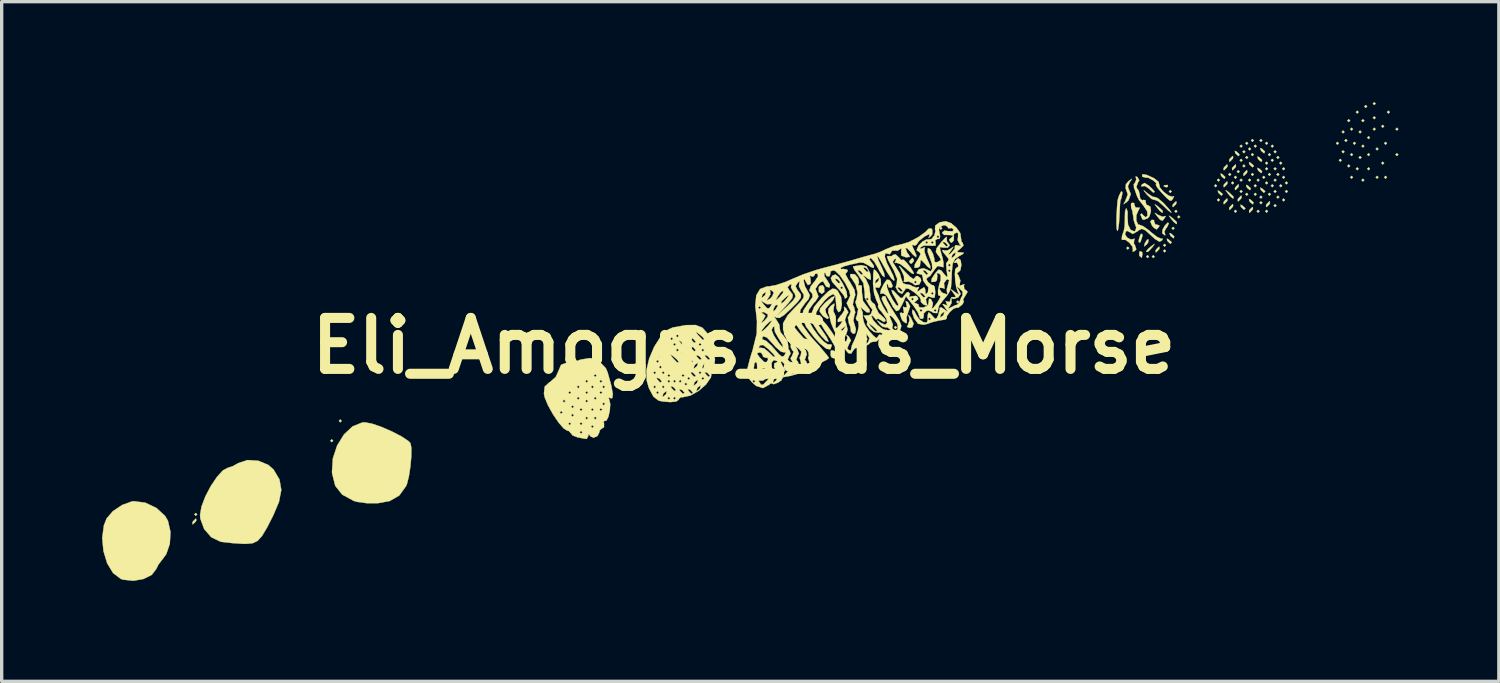
<source format=kicad_pcb>
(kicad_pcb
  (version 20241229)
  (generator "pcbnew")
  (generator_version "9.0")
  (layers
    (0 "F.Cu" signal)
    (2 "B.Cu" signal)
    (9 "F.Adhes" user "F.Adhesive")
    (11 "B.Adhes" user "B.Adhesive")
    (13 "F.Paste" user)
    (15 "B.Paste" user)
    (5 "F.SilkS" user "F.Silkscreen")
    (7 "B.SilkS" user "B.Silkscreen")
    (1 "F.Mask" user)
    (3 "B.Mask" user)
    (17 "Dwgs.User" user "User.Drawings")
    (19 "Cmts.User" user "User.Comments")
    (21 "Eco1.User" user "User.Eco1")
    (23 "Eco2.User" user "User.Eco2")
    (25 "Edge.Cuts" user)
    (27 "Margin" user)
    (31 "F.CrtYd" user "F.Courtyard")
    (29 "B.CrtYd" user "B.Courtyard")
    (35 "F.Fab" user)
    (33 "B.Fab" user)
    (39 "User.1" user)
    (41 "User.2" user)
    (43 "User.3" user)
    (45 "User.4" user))
  (footprint "Eli_Amogus_Sus_Morse"
    (layer "F.Cu")
    (at 19.184 7.286)
    (property "Reference" "Eli_Amogus_Sus_Morse" (at 0 0 0) (layer "F.SilkS") (effects (font (size 1.524 1.524) (thickness 0.3))))
    (attr through_hole)
    (fp_poly (pts (xy -16.341 5.038) (xy -16.383 5.08) (xy -16.425 5.038) (xy -16.383 4.995) (xy -16.341 5.038)) (stroke (width 0.01) (type solid)) (fill yes) (layer "F.SilkS"))
    (fp_poly (pts (xy -12.277 2.836) (xy -12.319 2.879) (xy -12.361 2.836) (xy -12.319 2.794) (xy -12.277 2.836)) (stroke (width 0.01) (type solid)) (fill yes) (layer "F.SilkS"))
    (fp_poly (pts (xy -12.023 2.244) (xy -12.065 2.286) (xy -12.107 2.244) (xy -12.065 2.201) (xy -12.023 2.244)) (stroke (width 0.01) (type solid)) (fill yes) (layer "F.SilkS"))
    (fp_poly (pts (xy 4.572 -0.55) (xy 4.53 -0.508) (xy 4.487 -0.55) (xy 4.53 -0.593) (xy 4.572 -0.55)) (stroke (width 0.01) (type solid)) (fill yes) (layer "F.SilkS"))
    (fp_poly (pts (xy 5.927 -3.514) (xy 5.884 -3.471) (xy 5.842 -3.514) (xy 5.884 -3.556) (xy 5.927 -3.514)) (stroke (width 0.01) (type solid)) (fill yes) (layer "F.SilkS"))
    (fp_poly (pts (xy 6.435 -1.312) (xy 6.392 -1.27) (xy 6.35 -1.312) (xy 6.392 -1.355) (xy 6.435 -1.312)) (stroke (width 0.01) (type solid)) (fill yes) (layer "F.SilkS"))
    (fp_poly (pts (xy 11.515 -2.921) (xy 11.472 -2.879) (xy 11.43 -2.921) (xy 11.472 -2.963) (xy 11.515 -2.921)) (stroke (width 0.01) (type solid)) (fill yes) (layer "F.SilkS"))
    (fp_poly (pts (xy 12.107 -2.667) (xy 12.065 -2.625) (xy 12.023 -2.667) (xy 12.065 -2.709) (xy 12.107 -2.667)) (stroke (width 0.01) (type solid)) (fill yes) (layer "F.SilkS"))
    (fp_poly (pts (xy 12.277 -2.667) (xy 12.234 -2.625) (xy 12.192 -2.667) (xy 12.234 -2.709) (xy 12.277 -2.667)) (stroke (width 0.01) (type solid)) (fill yes) (layer "F.SilkS"))
    (fp_poly (pts (xy 12.615 -3.006) (xy 12.573 -2.963) (xy 12.531 -3.006) (xy 12.573 -3.048) (xy 12.615 -3.006)) (stroke (width 0.01) (type solid)) (fill yes) (layer "F.SilkS"))
    (fp_poly (pts (xy 12.615 -2.836) (xy 12.573 -2.794) (xy 12.531 -2.836) (xy 12.573 -2.879) (xy 12.615 -2.836)) (stroke (width 0.01) (type solid)) (fill yes) (layer "F.SilkS"))
    (fp_poly (pts (xy 12.785 -4.614) (xy 12.742 -4.572) (xy 12.7 -4.614) (xy 12.742 -4.657) (xy 12.785 -4.614)) (stroke (width 0.01) (type solid)) (fill yes) (layer "F.SilkS"))
    (fp_poly (pts (xy 12.869 -3.514) (xy 12.827 -3.471) (xy 12.785 -3.514) (xy 12.827 -3.556) (xy 12.869 -3.514)) (stroke (width 0.01) (type solid)) (fill yes) (layer "F.SilkS"))
    (fp_poly (pts (xy 12.954 -4.022) (xy 12.912 -3.979) (xy 12.869 -4.022) (xy 12.912 -4.064) (xy 12.954 -4.022)) (stroke (width 0.01) (type solid)) (fill yes) (layer "F.SilkS"))
    (fp_poly (pts (xy 13.039 -3.852) (xy 12.996 -3.81) (xy 12.954 -3.852) (xy 12.996 -3.895) (xy 13.039 -3.852)) (stroke (width 0.01) (type solid)) (fill yes) (layer "F.SilkS"))
    (fp_poly (pts (xy 14.139 -4.784) (xy 14.097 -4.741) (xy 14.055 -4.784) (xy 14.097 -4.826) (xy 14.139 -4.784)) (stroke (width 0.01) (type solid)) (fill yes) (layer "F.SilkS"))
    (fp_poly (pts (xy 14.224 -4.953) (xy 14.182 -4.911) (xy 14.139 -4.953) (xy 14.182 -4.995) (xy 14.224 -4.953)) (stroke (width 0.01) (type solid)) (fill yes) (layer "F.SilkS"))
    (fp_poly (pts (xy 14.224 -4.36) (xy 14.182 -4.318) (xy 14.139 -4.36) (xy 14.182 -4.403) (xy 14.224 -4.36)) (stroke (width 0.01) (type solid)) (fill yes) (layer "F.SilkS"))
    (fp_poly (pts (xy 14.563 -5.122) (xy 14.52 -5.08) (xy 14.478 -5.122) (xy 14.52 -5.165) (xy 14.563 -5.122)) (stroke (width 0.01) (type solid)) (fill yes) (layer "F.SilkS"))
    (fp_poly (pts (xy 14.647 -4.868) (xy 14.605 -4.826) (xy 14.563 -4.868) (xy 14.605 -4.911) (xy 14.647 -4.868)) (stroke (width 0.01) (type solid)) (fill yes) (layer "F.SilkS"))
    (fp_poly (pts (xy 14.732 -5.038) (xy 14.69 -4.995) (xy 14.647 -5.038) (xy 14.69 -5.08) (xy 14.732 -5.038)) (stroke (width 0.01) (type solid)) (fill yes) (layer "F.SilkS"))
    (fp_poly (pts (xy 14.732 -4.022) (xy 14.69 -3.979) (xy 14.647 -4.022) (xy 14.69 -4.064) (xy 14.732 -4.022)) (stroke (width 0.01) (type solid)) (fill yes) (layer "F.SilkS"))
    (fp_poly (pts (xy 14.817 -5.207) (xy 14.774 -5.165) (xy 14.732 -5.207) (xy 14.774 -5.249) (xy 14.817 -5.207)) (stroke (width 0.01) (type solid)) (fill yes) (layer "F.SilkS"))
    (fp_poly (pts (xy 14.901 -5.969) (xy 14.859 -5.927) (xy 14.817 -5.969) (xy 14.859 -6.011) (xy 14.901 -5.969)) (stroke (width 0.01) (type solid)) (fill yes) (layer "F.SilkS"))
    (fp_poly (pts (xy 14.901 -5.546) (xy 14.859 -5.503) (xy 14.817 -5.546) (xy 14.859 -5.588) (xy 14.901 -5.546)) (stroke (width 0.01) (type solid)) (fill yes) (layer "F.SilkS"))
    (fp_poly (pts (xy 14.901 -4.953) (xy 14.859 -4.911) (xy 14.817 -4.953) (xy 14.859 -4.995) (xy 14.901 -4.953)) (stroke (width 0.01) (type solid)) (fill yes) (layer "F.SilkS"))
    (fp_poly (pts (xy 14.901 -4.614) (xy 14.859 -4.572) (xy 14.817 -4.614) (xy 14.859 -4.657) (xy 14.901 -4.614)) (stroke (width 0.01) (type solid)) (fill yes) (layer "F.SilkS"))
    (fp_poly (pts (xy 14.986 -5.8) (xy 14.944 -5.757) (xy 14.901 -5.8) (xy 14.944 -5.842) (xy 14.986 -5.8)) (stroke (width 0.01) (type solid)) (fill yes) (layer "F.SilkS"))
    (fp_poly (pts (xy 14.986 -5.376) (xy 14.944 -5.334) (xy 14.901 -5.376) (xy 14.944 -5.419) (xy 14.986 -5.376)) (stroke (width 0.01) (type solid)) (fill yes) (layer "F.SilkS"))
    (fp_poly (pts (xy 15.071 -6.054) (xy 15.028 -6.011) (xy 14.986 -6.054) (xy 15.028 -6.096) (xy 15.071 -6.054)) (stroke (width 0.01) (type solid)) (fill yes) (layer "F.SilkS"))
    (fp_poly (pts (xy 15.071 -5.63) (xy 15.028 -5.588) (xy 14.986 -5.63) (xy 15.028 -5.673) (xy 15.071 -5.63)) (stroke (width 0.01) (type solid)) (fill yes) (layer "F.SilkS"))
    (fp_poly (pts (xy 15.071 -4.53) (xy 15.028 -4.487) (xy 14.986 -4.53) (xy 15.028 -4.572) (xy 15.071 -4.53)) (stroke (width 0.01) (type solid)) (fill yes) (layer "F.SilkS"))
    (fp_poly (pts (xy 15.155 -5.884) (xy 15.113 -5.842) (xy 15.071 -5.884) (xy 15.113 -5.927) (xy 15.155 -5.884)) (stroke (width 0.01) (type solid)) (fill yes) (layer "F.SilkS"))
    (fp_poly (pts (xy 15.155 -4.953) (xy 15.113 -4.911) (xy 15.071 -4.953) (xy 15.113 -4.995) (xy 15.155 -4.953)) (stroke (width 0.01) (type solid)) (fill yes) (layer "F.SilkS"))
    (fp_poly (pts (xy 15.24 -6.138) (xy 15.198 -6.096) (xy 15.155 -6.138) (xy 15.198 -6.181) (xy 15.24 -6.138)) (stroke (width 0.01) (type solid)) (fill yes) (layer "F.SilkS"))
    (fp_poly (pts (xy 15.24 -5.715) (xy 15.198 -5.673) (xy 15.155 -5.715) (xy 15.198 -5.757) (xy 15.24 -5.715)) (stroke (width 0.01) (type solid)) (fill yes) (layer "F.SilkS"))
    (fp_poly (pts (xy 15.24 -5.122) (xy 15.198 -5.08) (xy 15.155 -5.122) (xy 15.198 -5.165) (xy 15.24 -5.122)) (stroke (width 0.01) (type solid)) (fill yes) (layer "F.SilkS"))
    (fp_poly (pts (xy 15.325 -5.969) (xy 15.282 -5.927) (xy 15.24 -5.969) (xy 15.282 -6.011) (xy 15.325 -5.969)) (stroke (width 0.01) (type solid)) (fill yes) (layer "F.SilkS"))
    (fp_poly (pts (xy 15.325 -4.784) (xy 15.282 -4.741) (xy 15.24 -4.784) (xy 15.282 -4.826) (xy 15.325 -4.784)) (stroke (width 0.01) (type solid)) (fill yes) (layer "F.SilkS"))
    (fp_poly (pts (xy 15.325 -4.53) (xy 15.282 -4.487) (xy 15.24 -4.53) (xy 15.282 -4.572) (xy 15.325 -4.53)) (stroke (width 0.01) (type solid)) (fill yes) (layer "F.SilkS"))
    (fp_poly (pts (xy 15.409 -4.953) (xy 15.367 -4.911) (xy 15.325 -4.953) (xy 15.367 -4.995) (xy 15.409 -4.953)) (stroke (width 0.01) (type solid)) (fill yes) (layer "F.SilkS"))
    (fp_poly (pts (xy 15.409 -4.022) (xy 15.367 -3.979) (xy 15.325 -4.022) (xy 15.367 -4.064) (xy 15.409 -4.022)) (stroke (width 0.01) (type solid)) (fill yes) (layer "F.SilkS"))
    (fp_poly (pts (xy 15.494 -6.138) (xy 15.452 -6.096) (xy 15.409 -6.138) (xy 15.452 -6.181) (xy 15.494 -6.138)) (stroke (width 0.01) (type solid)) (fill yes) (layer "F.SilkS"))
    (fp_poly (pts (xy 15.494 -4.445) (xy 15.452 -4.403) (xy 15.409 -4.445) (xy 15.452 -4.487) (xy 15.494 -4.445)) (stroke (width 0.01) (type solid)) (fill yes) (layer "F.SilkS"))
    (fp_poly (pts (xy 15.494 -4.276) (xy 15.452 -4.233) (xy 15.409 -4.276) (xy 15.452 -4.318) (xy 15.494 -4.276)) (stroke (width 0.01) (type solid)) (fill yes) (layer "F.SilkS"))
    (fp_poly (pts (xy 15.579 -5.038) (xy 15.536 -4.995) (xy 15.494 -5.038) (xy 15.536 -5.08) (xy 15.579 -5.038)) (stroke (width 0.01) (type solid)) (fill yes) (layer "F.SilkS"))
    (fp_poly (pts (xy 15.663 -6.054) (xy 15.621 -6.011) (xy 15.579 -6.054) (xy 15.621 -6.096) (xy 15.663 -6.054)) (stroke (width 0.01) (type solid)) (fill yes) (layer "F.SilkS"))
    (fp_poly (pts (xy 15.663 -5.461) (xy 15.621 -5.419) (xy 15.579 -5.461) (xy 15.621 -5.503) (xy 15.663 -5.461)) (stroke (width 0.01) (type solid)) (fill yes) (layer "F.SilkS"))
    (fp_poly (pts (xy 15.663 -5.292) (xy 15.621 -5.249) (xy 15.579 -5.292) (xy 15.621 -5.334) (xy 15.663 -5.292)) (stroke (width 0.01) (type solid)) (fill yes) (layer "F.SilkS"))
    (fp_poly (pts (xy 15.663 -4.868) (xy 15.621 -4.826) (xy 15.579 -4.868) (xy 15.621 -4.911) (xy 15.663 -4.868)) (stroke (width 0.01) (type solid)) (fill yes) (layer "F.SilkS"))
    (fp_poly (pts (xy 15.663 -4.022) (xy 15.621 -3.979) (xy 15.579 -4.022) (xy 15.621 -4.064) (xy 15.663 -4.022)) (stroke (width 0.01) (type solid)) (fill yes) (layer "F.SilkS"))
    (fp_poly (pts (xy 15.748 -5.715) (xy 15.706 -5.673) (xy 15.663 -5.715) (xy 15.706 -5.757) (xy 15.748 -5.715)) (stroke (width 0.01) (type solid)) (fill yes) (layer "F.SilkS"))
    (fp_poly (pts (xy 15.748 -5.122) (xy 15.706 -5.08) (xy 15.663 -5.122) (xy 15.706 -5.165) (xy 15.748 -5.122)) (stroke (width 0.01) (type solid)) (fill yes) (layer "F.SilkS"))
    (fp_poly (pts (xy 15.748 -4.53) (xy 15.706 -4.487) (xy 15.663 -4.53) (xy 15.706 -4.572) (xy 15.748 -4.53)) (stroke (width 0.01) (type solid)) (fill yes) (layer "F.SilkS"))
    (fp_poly (pts (xy 15.833 -5.969) (xy 15.79 -5.927) (xy 15.748 -5.969) (xy 15.79 -6.011) (xy 15.833 -5.969)) (stroke (width 0.01) (type solid)) (fill yes) (layer "F.SilkS"))
    (fp_poly (pts (xy 15.833 -5.546) (xy 15.79 -5.503) (xy 15.748 -5.546) (xy 15.79 -5.588) (xy 15.833 -5.546)) (stroke (width 0.01) (type solid)) (fill yes) (layer "F.SilkS"))
    (fp_poly (pts (xy 15.833 -4.784) (xy 15.79 -4.741) (xy 15.748 -4.784) (xy 15.79 -4.826) (xy 15.833 -4.784)) (stroke (width 0.01) (type solid)) (fill yes) (layer "F.SilkS"))
    (fp_poly (pts (xy 15.917 -5.8) (xy 15.875 -5.757) (xy 15.833 -5.8) (xy 15.875 -5.842) (xy 15.917 -5.8)) (stroke (width 0.01) (type solid)) (fill yes) (layer "F.SilkS"))
    (fp_poly (pts (xy 15.917 -5.292) (xy 15.875 -5.249) (xy 15.833 -5.292) (xy 15.875 -5.334) (xy 15.917 -5.292)) (stroke (width 0.01) (type solid)) (fill yes) (layer "F.SilkS"))
    (fp_poly (pts (xy 15.917 -4.953) (xy 15.875 -4.911) (xy 15.833 -4.953) (xy 15.875 -4.995) (xy 15.917 -4.953)) (stroke (width 0.01) (type solid)) (fill yes) (layer "F.SilkS"))
    (fp_poly (pts (xy 15.917 -4.614) (xy 15.875 -4.572) (xy 15.833 -4.614) (xy 15.875 -4.657) (xy 15.917 -4.614)) (stroke (width 0.01) (type solid)) (fill yes) (layer "F.SilkS"))
    (fp_poly (pts (xy 15.917 -4.191) (xy 15.875 -4.149) (xy 15.833 -4.191) (xy 15.875 -4.233) (xy 15.917 -4.191)) (stroke (width 0.01) (type solid)) (fill yes) (layer "F.SilkS"))
    (fp_poly (pts (xy 16.002 -5.63) (xy 15.96 -5.588) (xy 15.917 -5.63) (xy 15.96 -5.673) (xy 16.002 -5.63)) (stroke (width 0.01) (type solid)) (fill yes) (layer "F.SilkS"))
    (fp_poly (pts (xy 16.002 -5.122) (xy 15.96 -5.08) (xy 15.917 -5.122) (xy 15.96 -5.165) (xy 16.002 -5.122)) (stroke (width 0.01) (type solid)) (fill yes) (layer "F.SilkS"))
    (fp_poly (pts (xy 16.002 -4.445) (xy 15.96 -4.403) (xy 15.917 -4.445) (xy 15.96 -4.487) (xy 16.002 -4.445)) (stroke (width 0.01) (type solid)) (fill yes) (layer "F.SilkS"))
    (fp_poly (pts (xy 16.087 -5.461) (xy 16.044 -5.419) (xy 16.002 -5.461) (xy 16.044 -5.503) (xy 16.087 -5.461)) (stroke (width 0.01) (type solid)) (fill yes) (layer "F.SilkS"))
    (fp_poly (pts (xy 16.087 -4.784) (xy 16.044 -4.741) (xy 16.002 -4.784) (xy 16.044 -4.826) (xy 16.087 -4.784)) (stroke (width 0.01) (type solid)) (fill yes) (layer "F.SilkS"))
    (fp_poly (pts (xy 16.171 -5.292) (xy 16.129 -5.249) (xy 16.087 -5.292) (xy 16.129 -5.334) (xy 16.171 -5.292)) (stroke (width 0.01) (type solid)) (fill yes) (layer "F.SilkS"))
    (fp_poly (pts (xy 16.171 -5.038) (xy 16.129 -4.995) (xy 16.087 -5.038) (xy 16.129 -5.08) (xy 16.171 -5.038)) (stroke (width 0.01) (type solid)) (fill yes) (layer "F.SilkS"))
    (fp_poly (pts (xy 16.171 -4.36) (xy 16.129 -4.318) (xy 16.087 -4.36) (xy 16.129 -4.403) (xy 16.171 -4.36)) (stroke (width 0.01) (type solid)) (fill yes) (layer "F.SilkS"))
    (fp_poly (pts (xy 16.256 -4.868) (xy 16.214 -4.826) (xy 16.171 -4.868) (xy 16.214 -4.911) (xy 16.256 -4.868)) (stroke (width 0.01) (type solid)) (fill yes) (layer "F.SilkS"))
    (fp_poly (pts (xy 16.256 -4.614) (xy 16.214 -4.572) (xy 16.171 -4.614) (xy 16.214 -4.657) (xy 16.256 -4.614)) (stroke (width 0.01) (type solid)) (fill yes) (layer "F.SilkS"))
    (fp_poly (pts (xy 17.78 -6.054) (xy 17.738 -6.011) (xy 17.695 -6.054) (xy 17.738 -6.096) (xy 17.78 -6.054)) (stroke (width 0.01) (type solid)) (fill yes) (layer "F.SilkS"))
    (fp_poly (pts (xy 17.865 -5.546) (xy 17.822 -5.503) (xy 17.78 -5.546) (xy 17.822 -5.588) (xy 17.865 -5.546)) (stroke (width 0.01) (type solid)) (fill yes) (layer "F.SilkS"))
    (fp_poly (pts (xy 17.949 -6.392) (xy 17.907 -6.35) (xy 17.865 -6.392) (xy 17.907 -6.435) (xy 17.949 -6.392)) (stroke (width 0.01) (type solid)) (fill yes) (layer "F.SilkS"))
    (fp_poly (pts (xy 17.949 -5.8) (xy 17.907 -5.757) (xy 17.865 -5.8) (xy 17.907 -5.842) (xy 17.949 -5.8)) (stroke (width 0.01) (type solid)) (fill yes) (layer "F.SilkS"))
    (fp_poly (pts (xy 18.034 -6.138) (xy 17.992 -6.096) (xy 17.949 -6.138) (xy 17.992 -6.181) (xy 18.034 -6.138)) (stroke (width 0.01) (type solid)) (fill yes) (layer "F.SilkS"))
    (fp_poly (pts (xy 18.119 -6.731) (xy 18.076 -6.689) (xy 18.034 -6.731) (xy 18.076 -6.773) (xy 18.119 -6.731)) (stroke (width 0.01) (type solid)) (fill yes) (layer "F.SilkS"))
    (fp_poly (pts (xy 18.119 -5.376) (xy 18.076 -5.334) (xy 18.034 -5.376) (xy 18.076 -5.419) (xy 18.119 -5.376)) (stroke (width 0.01) (type solid)) (fill yes) (layer "F.SilkS"))
    (fp_poly (pts (xy 18.203 -6.477) (xy 18.161 -6.435) (xy 18.119 -6.477) (xy 18.161 -6.519) (xy 18.203 -6.477)) (stroke (width 0.01) (type solid)) (fill yes) (layer "F.SilkS"))
    (fp_poly (pts (xy 18.203 -5.715) (xy 18.161 -5.673) (xy 18.119 -5.715) (xy 18.161 -5.757) (xy 18.203 -5.715)) (stroke (width 0.01) (type solid)) (fill yes) (layer "F.SilkS"))
    (fp_poly (pts (xy 18.203 -5.038) (xy 18.161 -4.995) (xy 18.119 -5.038) (xy 18.161 -5.08) (xy 18.203 -5.038)) (stroke (width 0.01) (type solid)) (fill yes) (layer "F.SilkS"))
    (fp_poly (pts (xy 18.288 -6.054) (xy 18.246 -6.011) (xy 18.203 -6.054) (xy 18.246 -6.096) (xy 18.288 -6.054)) (stroke (width 0.01) (type solid)) (fill yes) (layer "F.SilkS"))
    (fp_poly (pts (xy 18.373 -6.985) (xy 18.33 -6.943) (xy 18.288 -6.985) (xy 18.33 -7.027) (xy 18.373 -6.985)) (stroke (width 0.01) (type solid)) (fill yes) (layer "F.SilkS"))
    (fp_poly (pts (xy 18.373 -5.292) (xy 18.33 -5.249) (xy 18.288 -5.292) (xy 18.33 -5.334) (xy 18.373 -5.292)) (stroke (width 0.01) (type solid)) (fill yes) (layer "F.SilkS"))
    (fp_poly (pts (xy 18.457 -6.392) (xy 18.415 -6.35) (xy 18.373 -6.392) (xy 18.415 -6.435) (xy 18.457 -6.392)) (stroke (width 0.01) (type solid)) (fill yes) (layer "F.SilkS"))
    (fp_poly (pts (xy 18.457 -5.63) (xy 18.415 -5.588) (xy 18.373 -5.63) (xy 18.415 -5.673) (xy 18.457 -5.63)) (stroke (width 0.01) (type solid)) (fill yes) (layer "F.SilkS"))
    (fp_poly (pts (xy 18.542 -6.731) (xy 18.5 -6.689) (xy 18.457 -6.731) (xy 18.5 -6.773) (xy 18.542 -6.731)) (stroke (width 0.01) (type solid)) (fill yes) (layer "F.SilkS"))
    (fp_poly (pts (xy 18.542 -5.969) (xy 18.5 -5.927) (xy 18.457 -5.969) (xy 18.5 -6.011) (xy 18.542 -5.969)) (stroke (width 0.01) (type solid)) (fill yes) (layer "F.SilkS"))
    (fp_poly (pts (xy 18.542 -4.953) (xy 18.5 -4.911) (xy 18.457 -4.953) (xy 18.5 -4.995) (xy 18.542 -4.953)) (stroke (width 0.01) (type solid)) (fill yes) (layer "F.SilkS"))
    (fp_poly (pts (xy 18.627 -7.154) (xy 18.584 -7.112) (xy 18.542 -7.154) (xy 18.584 -7.197) (xy 18.627 -7.154)) (stroke (width 0.01) (type solid)) (fill yes) (layer "F.SilkS"))
    (fp_poly (pts (xy 18.711 -6.223) (xy 18.669 -6.181) (xy 18.627 -6.223) (xy 18.669 -6.265) (xy 18.711 -6.223)) (stroke (width 0.01) (type solid)) (fill yes) (layer "F.SilkS"))
    (fp_poly (pts (xy 18.711 -5.715) (xy 18.669 -5.673) (xy 18.627 -5.715) (xy 18.669 -5.757) (xy 18.711 -5.715)) (stroke (width 0.01) (type solid)) (fill yes) (layer "F.SilkS"))
    (fp_poly (pts (xy 18.711 -5.292) (xy 18.669 -5.249) (xy 18.627 -5.292) (xy 18.669 -5.334) (xy 18.711 -5.292)) (stroke (width 0.01) (type solid)) (fill yes) (layer "F.SilkS"))
    (fp_poly (pts (xy 18.881 -7.239) (xy 18.838 -7.197) (xy 18.796 -7.239) (xy 18.838 -7.281) (xy 18.881 -7.239)) (stroke (width 0.01) (type solid)) (fill yes) (layer "F.SilkS"))
    (fp_poly (pts (xy 18.881 -6.816) (xy 18.838 -6.773) (xy 18.796 -6.816) (xy 18.838 -6.858) (xy 18.881 -6.816)) (stroke (width 0.01) (type solid)) (fill yes) (layer "F.SilkS"))
    (fp_poly (pts (xy 18.881 -6.477) (xy 18.838 -6.435) (xy 18.796 -6.477) (xy 18.838 -6.519) (xy 18.881 -6.477)) (stroke (width 0.01) (type solid)) (fill yes) (layer "F.SilkS"))
    (fp_poly (pts (xy 18.965 -5.884) (xy 18.923 -5.842) (xy 18.881 -5.884) (xy 18.923 -5.927) (xy 18.965 -5.884)) (stroke (width 0.01) (type solid)) (fill yes) (layer "F.SilkS"))
    (fp_poly (pts (xy 18.965 -5.038) (xy 18.923 -4.995) (xy 18.881 -5.038) (xy 18.923 -5.08) (xy 18.965 -5.038)) (stroke (width 0.01) (type solid)) (fill yes) (layer "F.SilkS"))
    (fp_poly (pts (xy 19.135 -6.562) (xy 19.092 -6.519) (xy 19.05 -6.562) (xy 19.092 -6.604) (xy 19.135 -6.562)) (stroke (width 0.01) (type solid)) (fill yes) (layer "F.SilkS"))
    (fp_poly (pts (xy 19.135 -5.461) (xy 19.092 -5.419) (xy 19.05 -5.461) (xy 19.092 -5.503) (xy 19.135 -5.461)) (stroke (width 0.01) (type solid)) (fill yes) (layer "F.SilkS"))
    (fp_poly (pts (xy 19.219 -6.054) (xy 19.177 -6.011) (xy 19.135 -6.054) (xy 19.177 -6.096) (xy 19.219 -6.054)) (stroke (width 0.01) (type solid)) (fill yes) (layer "F.SilkS"))
    (fp_poly (pts (xy 19.219 -5.038) (xy 19.177 -4.995) (xy 19.135 -5.038) (xy 19.177 -5.08) (xy 19.219 -5.038)) (stroke (width 0.01) (type solid)) (fill yes) (layer "F.SilkS"))
    (fp_poly (pts (xy 19.304 -6.985) (xy 19.262 -6.943) (xy 19.219 -6.985) (xy 19.262 -7.027) (xy 19.304 -6.985)) (stroke (width 0.01) (type solid)) (fill yes) (layer "F.SilkS"))
    (fp_poly (pts (xy 19.558 -6.477) (xy 19.516 -6.435) (xy 19.473 -6.477) (xy 19.516 -6.519) (xy 19.558 -6.477)) (stroke (width 0.01) (type solid)) (fill yes) (layer "F.SilkS"))
    (fp_poly (pts (xy 19.558 -5.715) (xy 19.516 -5.673) (xy 19.473 -5.715) (xy 19.516 -5.757) (xy 19.558 -5.715)) (stroke (width 0.01) (type solid)) (fill yes) (layer "F.SilkS"))
    (fp_poly (pts (xy 12.672 -4.798) (xy 12.66 -4.747) (xy 12.615 -4.741) (xy 12.546 -4.772) (xy 12.559 -4.798) (xy 12.659 -4.808) (xy 12.672 -4.798)) (stroke (width 0.01) (type solid)) (fill yes) (layer "F.SilkS"))
    (fp_poly (pts (xy 2.398 -1.744) (xy 2.402 -1.611) (xy 2.33 -1.554) (xy 2.24 -1.615) (xy 2.237 -1.75) (xy 2.265 -1.791) (xy 2.357 -1.81) (xy 2.398 -1.744)) (stroke (width 0.01) (type solid)) (fill yes) (layer "F.SilkS"))
    (fp_poly (pts (xy 11.901 -2.802) (xy 11.91 -2.748) (xy 11.891 -2.633) (xy 11.83 -2.68) (xy 11.815 -2.703) (xy 11.819 -2.81) (xy 11.838 -2.827) (xy 11.901 -2.802)) (stroke (width 0.01) (type solid)) (fill yes) (layer "F.SilkS"))
    (fp_poly (pts (xy 12.081 -3.088) (xy 12.033 -3.025) (xy 11.962 -2.972) (xy 11.98 -3.057) (xy 11.986 -3.073) (xy 12.053 -3.176) (xy 12.091 -3.177) (xy 12.081 -3.088)) (stroke (width 0.01) (type solid)) (fill yes) (layer "F.SilkS"))
    (fp_poly (pts (xy 12.687 -3.183) (xy 12.777 -3.104) (xy 12.785 -3.085) (xy 12.744 -3.051) (xy 12.661 -3.129) (xy 12.65 -3.146) (xy 12.64 -3.204) (xy 12.687 -3.183)) (stroke (width 0.01) (type solid)) (fill yes) (layer "F.SilkS"))
    (fp_poly (pts (xy 12.772 -3.352) (xy 12.862 -3.267) (xy 12.844 -3.218) (xy 12.832 -3.217) (xy 12.76 -3.277) (xy 12.734 -3.315) (xy 12.724 -3.373) (xy 12.772 -3.352)) (stroke (width 0.01) (type solid)) (fill yes) (layer "F.SilkS"))
    (fp_poly (pts (xy 14.211 -4.622) (xy 14.301 -4.544) (xy 14.309 -4.525) (xy 14.268 -4.49) (xy 14.185 -4.568) (xy 14.174 -4.585) (xy 14.164 -4.643) (xy 14.211 -4.622)) (stroke (width 0.01) (type solid)) (fill yes) (layer "F.SilkS"))
    (fp_poly (pts (xy 14.296 -5.13) (xy 14.386 -5.045) (xy 14.368 -4.996) (xy 14.356 -4.995) (xy 14.284 -5.055) (xy 14.258 -5.093) (xy 14.248 -5.151) (xy 14.296 -5.13)) (stroke (width 0.01) (type solid)) (fill yes) (layer "F.SilkS"))
    (fp_poly (pts (xy 14.719 -5.808) (xy 14.81 -5.723) (xy 14.791 -5.673) (xy 14.779 -5.673) (xy 14.708 -5.733) (xy 14.682 -5.77) (xy 14.672 -5.828) (xy 14.719 -5.808)) (stroke (width 0.01) (type solid)) (fill yes) (layer "F.SilkS"))
    (fp_poly (pts (xy 14.888 -4.199) (xy 14.978 -4.12) (xy 14.986 -4.101) (xy 14.946 -4.067) (xy 14.862 -4.145) (xy 14.851 -4.162) (xy 14.841 -4.22) (xy 14.888 -4.199)) (stroke (width 0.01) (type solid)) (fill yes) (layer "F.SilkS"))
    (fp_poly (pts (xy 15.058 -4.792) (xy 15.148 -4.707) (xy 15.13 -4.657) (xy 15.118 -4.657) (xy 15.046 -4.717) (xy 15.02 -4.754) (xy 15.01 -4.812) (xy 15.058 -4.792)) (stroke (width 0.01) (type solid)) (fill yes) (layer "F.SilkS"))
    (fp_poly (pts (xy 15.142 -5.469) (xy 15.232 -5.39) (xy 15.24 -5.371) (xy 15.2 -5.337) (xy 15.116 -5.415) (xy 15.105 -5.432) (xy 15.095 -5.49) (xy 15.142 -5.469)) (stroke (width 0.01) (type solid)) (fill yes) (layer "F.SilkS"))
    (fp_poly (pts (xy 15.142 -4.368) (xy 15.233 -4.283) (xy 15.214 -4.234) (xy 15.203 -4.233) (xy 15.131 -4.293) (xy 15.105 -4.331) (xy 15.095 -4.389) (xy 15.142 -4.368)) (stroke (width 0.01) (type solid)) (fill yes) (layer "F.SilkS"))
    (fp_poly (pts (xy 15.396 -5.638) (xy 15.487 -5.553) (xy 15.468 -5.504) (xy 15.457 -5.503) (xy 15.385 -5.563) (xy 15.359 -5.601) (xy 15.349 -5.659) (xy 15.396 -5.638)) (stroke (width 0.01) (type solid)) (fill yes) (layer "F.SilkS"))
    (fp_poly (pts (xy 15.396 -5.3) (xy 15.487 -5.215) (xy 15.468 -5.165) (xy 15.457 -5.165) (xy 15.385 -5.225) (xy 15.359 -5.262) (xy 15.349 -5.32) (xy 15.396 -5.3)) (stroke (width 0.01) (type solid)) (fill yes) (layer "F.SilkS"))
    (fp_poly (pts (xy 15.481 -5.892) (xy 15.572 -5.807) (xy 15.553 -5.758) (xy 15.541 -5.757) (xy 15.47 -5.817) (xy 15.444 -5.855) (xy 15.434 -5.913) (xy 15.481 -5.892)) (stroke (width 0.01) (type solid)) (fill yes) (layer "F.SilkS"))
    (fp_poly (pts (xy 15.481 -4.707) (xy 15.571 -4.628) (xy 15.579 -4.609) (xy 15.538 -4.575) (xy 15.455 -4.653) (xy 15.444 -4.67) (xy 15.434 -4.728) (xy 15.481 -4.707)) (stroke (width 0.01) (type solid)) (fill yes) (layer "F.SilkS"))
    (fp_poly (pts (xy -16.367 5.219) (xy -16.383 5.249) (xy -16.463 5.33) (xy -16.478 5.334) (xy -16.483 5.279) (xy -16.468 5.249) (xy -16.388 5.168) (xy -16.373 5.165) (xy -16.367 5.219)) (stroke (width 0.01) (type solid)) (fill yes) (layer "F.SilkS"))
    (fp_poly (pts (xy 2.706 0.154) (xy 2.739 0.209) (xy 2.743 0.343) (xy 2.715 0.378) (xy 2.628 0.354) (xy 2.595 0.299) (xy 2.591 0.165) (xy 2.619 0.13) (xy 2.706 0.154)) (stroke (width 0.01) (type solid)) (fill yes) (layer "F.SilkS"))
    (fp_poly (pts (xy 5.079 -2.559) (xy 5.08 -2.54) (xy 5.015 -2.459) (xy 4.99 -2.455) (xy 4.94 -2.507) (xy 4.953 -2.54) (xy 5.029 -2.621) (xy 5.043 -2.625) (xy 5.079 -2.559)) (stroke (width 0.01) (type solid)) (fill yes) (layer "F.SilkS"))
    (fp_poly (pts (xy 11.908 -3.331) (xy 11.906 -3.27) (xy 11.858 -3.121) (xy 11.834 -3.085) (xy 11.798 -3.103) (xy 11.801 -3.165) (xy 11.848 -3.314) (xy 11.873 -3.35) (xy 11.908 -3.331)) (stroke (width 0.01) (type solid)) (fill yes) (layer "F.SilkS"))
    (fp_poly (pts (xy 12.25 -3.004) (xy 12.203 -2.942) (xy 12.079 -2.811) (xy 12.024 -2.811) (xy 12.023 -2.826) (xy 12.081 -2.897) (xy 12.171 -2.974) (xy 12.271 -3.047) (xy 12.25 -3.004)) (stroke (width 0.01) (type solid)) (fill yes) (layer "F.SilkS"))
    (fp_poly (pts (xy 12.321 -4.207) (xy 12.383 -4.159) (xy 12.514 -4.036) (xy 12.514 -3.981) (xy 12.499 -3.979) (xy 12.428 -4.037) (xy 12.351 -4.128) (xy 12.277 -4.228) (xy 12.321 -4.207)) (stroke (width 0.01) (type solid)) (fill yes) (layer "F.SilkS"))
    (fp_poly (pts (xy 12.419 -2.909) (xy 12.404 -2.879) (xy 12.324 -2.798) (xy 12.309 -2.794) (xy 12.303 -2.849) (xy 12.319 -2.879) (xy 12.399 -2.96) (xy 12.414 -2.963) (xy 12.419 -2.909)) (stroke (width 0.01) (type solid)) (fill yes) (layer "F.SilkS"))
    (fp_poly (pts (xy 12.744 -3.868) (xy 12.806 -3.821) (xy 12.937 -3.697) (xy 12.937 -3.642) (xy 12.922 -3.641) (xy 12.851 -3.699) (xy 12.774 -3.789) (xy 12.701 -3.889) (xy 12.744 -3.868)) (stroke (width 0.01) (type solid)) (fill yes) (layer "F.SilkS"))
    (fp_poly (pts (xy 12.927 -4.263) (xy 12.912 -4.233) (xy 12.832 -4.152) (xy 12.817 -4.149) (xy 12.811 -4.203) (xy 12.827 -4.233) (xy 12.907 -4.314) (xy 12.922 -4.318) (xy 12.927 -4.263)) (stroke (width 0.01) (type solid)) (fill yes) (layer "F.SilkS"))
    (fp_poly (pts (xy 14.438 -4.63) (xy 14.499 -4.583) (xy 14.631 -4.459) (xy 14.63 -4.404) (xy 14.615 -4.403) (xy 14.545 -4.461) (xy 14.467 -4.551) (xy 14.394 -4.651) (xy 14.438 -4.63)) (stroke (width 0.01) (type solid)) (fill yes) (layer "F.SilkS"))
    (fp_poly (pts (xy 14.451 -5.364) (xy 14.436 -5.334) (xy 14.356 -5.253) (xy 14.341 -5.249) (xy 14.335 -5.304) (xy 14.351 -5.334) (xy 14.431 -5.415) (xy 14.446 -5.419) (xy 14.451 -5.364)) (stroke (width 0.01) (type solid)) (fill yes) (layer "F.SilkS"))
    (fp_poly (pts (xy 14.451 -4.856) (xy 14.436 -4.826) (xy 14.356 -4.745) (xy 14.341 -4.741) (xy 14.335 -4.796) (xy 14.351 -4.826) (xy 14.431 -4.907) (xy 14.446 -4.911) (xy 14.451 -4.856)) (stroke (width 0.01) (type solid)) (fill yes) (layer "F.SilkS"))
    (fp_poly (pts (xy 14.451 -4.348) (xy 14.436 -4.318) (xy 14.356 -4.237) (xy 14.341 -4.233) (xy 14.335 -4.288) (xy 14.351 -4.318) (xy 14.431 -4.399) (xy 14.446 -4.403) (xy 14.451 -4.348)) (stroke (width 0.01) (type solid)) (fill yes) (layer "F.SilkS"))
    (fp_poly (pts (xy 14.621 -5.618) (xy 14.605 -5.588) (xy 14.525 -5.507) (xy 14.51 -5.503) (xy 14.505 -5.558) (xy 14.52 -5.588) (xy 14.6 -5.669) (xy 14.615 -5.673) (xy 14.621 -5.618)) (stroke (width 0.01) (type solid)) (fill yes) (layer "F.SilkS"))
    (fp_poly (pts (xy 14.621 -4.179) (xy 14.605 -4.149) (xy 14.525 -4.068) (xy 14.51 -4.064) (xy 14.505 -4.119) (xy 14.52 -4.149) (xy 14.6 -4.23) (xy 14.615 -4.233) (xy 14.621 -4.179)) (stroke (width 0.01) (type solid)) (fill yes) (layer "F.SilkS"))
    (fp_poly (pts (xy 14.705 -5.364) (xy 14.69 -5.334) (xy 14.61 -5.253) (xy 14.595 -5.249) (xy 14.589 -5.304) (xy 14.605 -5.334) (xy 14.685 -5.415) (xy 14.7 -5.419) (xy 14.705 -5.364)) (stroke (width 0.01) (type solid)) (fill yes) (layer "F.SilkS"))
    (fp_poly (pts (xy 14.79 -4.771) (xy 14.774 -4.741) (xy 14.695 -4.66) (xy 14.68 -4.657) (xy 14.674 -4.711) (xy 14.69 -4.741) (xy 14.769 -4.822) (xy 14.784 -4.826) (xy 14.79 -4.771)) (stroke (width 0.01) (type solid)) (fill yes) (layer "F.SilkS"))
    (fp_poly (pts (xy 14.875 -4.433) (xy 14.859 -4.403) (xy 14.779 -4.322) (xy 14.764 -4.318) (xy 14.759 -4.373) (xy 14.774 -4.403) (xy 14.854 -4.484) (xy 14.869 -4.487) (xy 14.875 -4.433)) (stroke (width 0.01) (type solid)) (fill yes) (layer "F.SilkS"))
    (fp_poly (pts (xy 15.044 -5.195) (xy 15.028 -5.165) (xy 14.949 -5.084) (xy 14.934 -5.08) (xy 14.928 -5.135) (xy 14.944 -5.165) (xy 15.023 -5.246) (xy 15.038 -5.249) (xy 15.044 -5.195)) (stroke (width 0.01) (type solid)) (fill yes) (layer "F.SilkS"))
    (fp_poly (pts (xy 15.213 -4.094) (xy 15.198 -4.064) (xy 15.118 -3.983) (xy 15.103 -3.979) (xy 15.097 -4.034) (xy 15.113 -4.064) (xy 15.193 -4.145) (xy 15.208 -4.149) (xy 15.213 -4.094)) (stroke (width 0.01) (type solid)) (fill yes) (layer "F.SilkS"))
    (fp_poly (pts (xy 15.721 -4.263) (xy 15.706 -4.233) (xy 15.626 -4.152) (xy 15.611 -4.149) (xy 15.605 -4.203) (xy 15.621 -4.233) (xy 15.701 -4.314) (xy 15.716 -4.318) (xy 15.721 -4.263)) (stroke (width 0.01) (type solid)) (fill yes) (layer "F.SilkS"))
    (fp_poly (pts (xy 4.969 -0.87) (xy 4.986 -0.847) (xy 5.072 -0.664) (xy 5.031 -0.555) (xy 4.95 -0.536) (xy 4.872 -0.569) (xy 4.901 -0.617) (xy 4.949 -0.759) (xy 4.938 -0.836) (xy 4.917 -0.926) (xy 4.969 -0.87)) (stroke (width 0.01) (type solid)) (fill yes) (layer "F.SilkS"))
    (fp_poly (pts (xy 12.318 -3.955) (xy 12.369 -3.917) (xy 12.508 -3.857) (xy 12.573 -3.874) (xy 12.603 -3.876) (xy 12.582 -3.831) (xy 12.512 -3.739) (xy 12.44 -3.767) (xy 12.351 -3.873) (xy 12.278 -3.974) (xy 12.318 -3.955)) (stroke (width 0.01) (type solid)) (fill yes) (layer "F.SilkS"))
    (fp_poly (pts (xy 12.258 -3.757) (xy 12.258 -3.71) (xy 12.298 -3.623) (xy 12.346 -3.622) (xy 12.417 -3.596) (xy 12.405 -3.558) (xy 12.335 -3.48) (xy 12.256 -3.525) (xy 12.198 -3.591) (xy 12.146 -3.714) (xy 12.19 -3.766) (xy 12.258 -3.757)) (stroke (width 0.01) (type solid)) (fill yes) (layer "F.SilkS"))
    (fp_poly (pts (xy 12.107 -4.784) (xy 12.116 -4.776) (xy 12.237 -4.657) (xy 12.277 -4.601) (xy 12.234 -4.579) (xy 12.121 -4.683) (xy 12.108 -4.698) (xy 11.983 -4.778) (xy 11.915 -4.77) (xy 11.868 -4.769) (xy 11.891 -4.818) (xy 11.974 -4.868) (xy 12.107 -4.784)) (stroke (width 0.01) (type solid)) (fill yes) (layer "F.SilkS"))
    (fp_poly (pts (xy 12.7 -3.662) (xy 12.638 -3.531) (xy 12.614 -3.513) (xy 12.565 -3.411) (xy 12.577 -3.381) (xy 12.594 -3.306) (xy 12.583 -3.302) (xy 12.505 -3.36) (xy 12.501 -3.366) (xy 12.514 -3.476) (xy 12.581 -3.594) (xy 12.669 -3.684) (xy 12.7 -3.662)) (stroke (width 0.01) (type solid)) (fill yes) (layer "F.SilkS"))
    (fp_poly (pts (xy 11.575 -4.953) (xy 11.537 -4.903) (xy 11.476 -4.769) (xy 11.49 -4.71) (xy 11.562 -4.536) (xy 11.495 -4.352) (xy 11.443 -4.301) (xy 11.348 -4.234) (xy 11.368 -4.282) (xy 11.393 -4.318) (xy 11.472 -4.524) (xy 11.408 -4.711) (xy 11.417 -4.831) (xy 11.494 -4.922) (xy 11.594 -4.994) (xy 11.575 -4.953)) (stroke (width 0.01) (type solid)) (fill yes) (layer "F.SilkS"))
    (fp_poly (pts (xy 2.355 -0.758) (xy 2.484 -0.609) (xy 2.637 -0.395) (xy 2.786 -0.159) (xy 2.904 0.057) (xy 2.961 0.21) (xy 2.963 0.23) (xy 2.938 0.332) (xy 2.864 0.272) (xy 2.744 0.064) (xy 2.593 -0.199) (xy 2.415 -0.465) (xy 2.403 -0.482) (xy 2.294 -0.661) (xy 2.266 -0.782) (xy 2.279 -0.8) (xy 2.355 -0.758)) (stroke (width 0.01) (type solid)) (fill yes) (layer "F.SilkS"))
    (fp_poly (pts (xy 2.709 -1.468) (xy 2.652 -1.351) (xy 2.54 -1.228) (xy 2.429 -1.09) (xy 2.455 -0.974) (xy 2.468 -0.959) (xy 2.536 -0.835) (xy 2.494 -0.804) (xy 2.378 -0.879) (xy 2.343 -0.916) (xy 2.264 -1.023) (xy 2.277 -1.118) (xy 2.396 -1.255) (xy 2.456 -1.313) (xy 2.61 -1.442) (xy 2.7 -1.483) (xy 2.709 -1.468)) (stroke (width 0.01) (type solid)) (fill yes) (layer "F.SilkS"))
    (fp_poly (pts (xy 12.072 -4.551) (xy 12.214 -4.456) (xy 12.29 -4.444) (xy 12.367 -4.415) (xy 12.513 -4.294) (xy 12.574 -4.232) (xy 12.713 -4.077) (xy 12.776 -3.988) (xy 12.773 -3.979) (xy 12.692 -4.035) (xy 12.551 -4.17) (xy 12.533 -4.188) (xy 12.385 -4.319) (xy 12.283 -4.362) (xy 12.276 -4.36) (xy 12.184 -4.389) (xy 12.055 -4.51) (xy 11.949 -4.638) (xy 11.956 -4.646) (xy 12.072 -4.551)) (stroke (width 0.01) (type solid)) (fill yes) (layer "F.SilkS"))
    (fp_poly (pts (xy 4.901 -1.305) (xy 4.906 -1.3) (xy 4.968 -1.18) (xy 4.915 -1.023) (xy 4.859 -0.853) (xy 4.869 -0.76) (xy 4.866 -0.683) (xy 4.84 -0.677) (xy 4.744 -0.745) (xy 4.708 -0.811) (xy 4.66 -0.968) (xy 4.696 -0.997) (xy 4.74 -0.974) (xy 4.787 -0.989) (xy 4.768 -1.068) (xy 4.754 -1.167) (xy 4.811 -1.152) (xy 4.873 -1.151) (xy 4.855 -1.244) (xy 4.834 -1.344) (xy 4.901 -1.305)) (stroke (width 0.01) (type solid)) (fill yes) (layer "F.SilkS"))
    (fp_poly (pts (xy 11.309 -4.597) (xy 11.303 -4.516) (xy 11.271 -4.386) (xy 11.256 -4.36) (xy 11.244 -4.284) (xy 11.232 -4.088) (xy 11.225 -3.919) (xy 11.209 -3.661) (xy 11.183 -3.48) (xy 11.165 -3.432) (xy 11.143 -3.483) (xy 11.134 -3.661) (xy 11.137 -3.873) (xy 11.151 -4.139) (xy 11.166 -4.325) (xy 11.177 -4.381) (xy 11.206 -4.471) (xy 11.208 -4.48) (xy 11.272 -4.611) (xy 11.275 -4.615) (xy 11.309 -4.597)) (stroke (width 0.01) (type solid)) (fill yes) (layer "F.SilkS"))
    (fp_poly (pts (xy -17.891 4.688) (xy -17.559 4.846) (xy -17.301 5.083) (xy -17.214 5.232) (xy -17.139 5.564) (xy -17.159 5.919) (xy -17.265 6.226) (xy -17.357 6.351) (xy -17.499 6.537) (xy -17.562 6.667) (xy -17.698 6.845) (xy -17.945 6.968) (xy -18.248 7.021) (xy -18.551 6.989) (xy -18.624 6.965) (xy -18.854 6.791) (xy -19.031 6.499) (xy -19.142 6.134) (xy -19.179 5.741) (xy -19.129 5.367) (xy -19.047 5.159) (xy -18.86 4.942) (xy -18.582 4.756) (xy -18.293 4.651) (xy -18.236 4.644) (xy -17.891 4.688)) (stroke (width 0.01) (type solid)) (fill yes) (layer "F.SilkS"))
    (fp_poly (pts (xy 12.03 -5.111) (xy 12.231 -5.022) (xy 12.258 -5.008) (xy 12.387 -4.907) (xy 12.409 -4.834) (xy 12.43 -4.734) (xy 12.541 -4.604) (xy 12.684 -4.494) (xy 12.803 -4.455) (xy 12.826 -4.465) (xy 12.857 -4.469) (xy 12.836 -4.424) (xy 12.785 -4.346) (xy 12.732 -4.339) (xy 12.635 -4.42) (xy 12.488 -4.572) (xy 12.356 -4.727) (xy 12.308 -4.817) (xy 12.319 -4.826) (xy 12.32 -4.866) (xy 12.23 -4.945) (xy 12.083 -5.025) (xy 12.008 -5.029) (xy 11.918 -5.05) (xy 11.901 -5.071) (xy 11.909 -5.129) (xy 12.03 -5.111)) (stroke (width 0.01) (type solid)) (fill yes) (layer "F.SilkS"))
    (fp_poly (pts (xy -11.121 2.325) (xy -10.832 2.424) (xy -10.517 2.561) (xy -10.23 2.71) (xy -10.025 2.848) (xy -9.967 2.908) (xy -9.939 3.049) (xy -9.941 3.298) (xy -9.967 3.598) (xy -10.012 3.893) (xy -10.07 4.125) (xy -10.097 4.191) (xy -10.301 4.473) (xy -10.586 4.638) (xy -10.947 4.704) (xy -11.262 4.704) (xy -11.557 4.664) (xy -11.661 4.634) (xy -12.007 4.446) (xy -12.214 4.183) (xy -12.308 3.813) (xy -12.312 3.766) (xy -12.285 3.364) (xy -12.158 2.98) (xy -11.954 2.649) (xy -11.697 2.408) (xy -11.409 2.292) (xy -11.333 2.286) (xy -11.121 2.325)) (stroke (width 0.01) (type solid)) (fill yes) (layer "F.SilkS"))
    (fp_poly (pts (xy 4.656 -2.382) (xy 4.777 -2.256) (xy 4.819 -2.211) (xy 4.971 -2.059) (xy 5.065 -1.995) (xy 5.08 -2.006) (xy 5.147 -2.082) (xy 5.189 -2.088) (xy 5.282 -2.019) (xy 5.298 -1.947) (xy 5.237 -1.83) (xy 5.113 -1.813) (xy 5.025 -1.883) (xy 4.968 -1.905) (xy 5.08 -1.905) (xy 5.122 -1.863) (xy 5.165 -1.905) (xy 5.122 -1.947) (xy 5.08 -1.905) (xy 4.968 -1.905) (xy 4.918 -1.925) (xy 4.855 -1.912) (xy 4.775 -1.911) (xy 4.787 -1.952) (xy 4.784 -2.078) (xy 4.703 -2.262) (xy 4.699 -2.269) (xy 4.633 -2.385) (xy 4.656 -2.382)) (stroke (width 0.01) (type solid)) (fill yes) (layer "F.SilkS"))
    (fp_poly (pts (xy -14.512 3.436) (xy -14.215 3.559) (xy -14.057 3.699) (xy -13.881 3.996) (xy -13.827 4.307) (xy -13.897 4.667) (xy -14.064 5.061) (xy -14.256 5.437) (xy -14.404 5.684) (xy -14.537 5.83) (xy -14.682 5.899) (xy -14.867 5.917) (xy -14.978 5.916) (xy -15.289 5.896) (xy -15.581 5.863) (xy -15.644 5.852) (xy -15.917 5.722) (xy -16.132 5.476) (xy -16.246 5.168) (xy -16.255 5.056) (xy -16.212 4.804) (xy -16.097 4.503) (xy -15.936 4.195) (xy -15.752 3.921) (xy -15.571 3.722) (xy -15.417 3.641) (xy -15.41 3.641) (xy -15.278 3.598) (xy -15.113 3.506) (xy -14.835 3.414) (xy -14.512 3.436)) (stroke (width 0.01) (type solid)) (fill yes) (layer "F.SilkS"))
    (fp_poly (pts (xy 2.836 -2.049) (xy 2.958 -1.854) (xy 3.068 -1.616) (xy 3.086 -1.466) (xy 3.071 -1.443) (xy 3.015 -1.41) (xy 3.02 -1.423) (xy 2.986 -1.506) (xy 2.863 -1.661) (xy 2.794 -1.736) (xy 2.879 -1.736) (xy 2.921 -1.693) (xy 2.963 -1.736) (xy 2.921 -1.778) (xy 2.879 -1.736) (xy 2.794 -1.736) (xy 2.792 -1.738) (xy 2.637 -1.915) (xy 2.603 -2.008) (xy 2.723 -2.008) (xy 2.744 -1.96) (xy 2.829 -1.87) (xy 2.878 -1.888) (xy 2.879 -1.9) (xy 2.819 -1.972) (xy 2.781 -1.998) (xy 2.723 -2.008) (xy 2.603 -2.008) (xy 2.596 -2.025) (xy 2.649 -2.102) (xy 2.738 -2.132) (xy 2.836 -2.049)) (stroke (width 0.01) (type solid)) (fill yes) (layer "F.SilkS"))
    (fp_poly (pts (xy 2.732 -1.698) (xy 2.798 -1.648) (xy 2.902 -1.462) (xy 2.928 -1.247) (xy 2.891 -1.049) (xy 2.826 -1.004) (xy 2.769 -1.109) (xy 2.754 -1.263) (xy 2.734 -1.483) (xy 2.666 -1.551) (xy 2.532 -1.47) (xy 2.412 -1.353) (xy 2.261 -1.17) (xy 2.166 -1.008) (xy 2.142 -0.902) (xy 2.203 -0.888) (xy 2.23 -0.901) (xy 2.282 -0.916) (xy 2.227 -0.847) (xy 2.185 -0.744) (xy 2.242 -0.597) (xy 2.345 -0.451) (xy 2.47 -0.267) (xy 2.524 -0.142) (xy 2.52 -0.121) (xy 2.448 -0.155) (xy 2.315 -0.292) (xy 2.228 -0.398) (xy 2.047 -0.685) (xy 2.004 -0.928) (xy 2.101 -1.17) (xy 2.323 -1.434) (xy 2.518 -1.624) (xy 2.641 -1.706) (xy 2.732 -1.698)) (stroke (width 0.01) (type solid)) (fill yes) (layer "F.SilkS"))
    (fp_poly (pts (xy 11.76 -5.043) (xy 11.815 -4.947) (xy 11.774 -4.874) (xy 11.729 -4.75) (xy 11.748 -4.705) (xy 11.799 -4.636) (xy 11.827 -4.518) (xy 11.843 -4.398) (xy 11.905 -4.348) (xy 11.94 -4.362) (xy 12.004 -4.35) (xy 12.004 -4.303) (xy 12.032 -4.211) (xy 12.069 -4.206) (xy 12.147 -4.158) (xy 12.165 -4.024) (xy 12.121 -3.876) (xy 12.073 -3.816) (xy 11.951 -3.767) (xy 11.909 -3.783) (xy 11.855 -3.912) (xy 11.855 -3.93) (xy 11.889 -3.954) (xy 11.929 -3.907) (xy 12.009 -3.84) (xy 12.063 -3.892) (xy 12.054 -4.018) (xy 11.944 -4.184) (xy 11.941 -4.188) (xy 11.805 -4.361) (xy 11.739 -4.499) (xy 11.678 -4.68) (xy 11.659 -4.714) (xy 11.653 -4.836) (xy 11.684 -4.868) (xy 11.73 -4.975) (xy 11.715 -5.014) (xy 11.71 -5.066) (xy 11.76 -5.043)) (stroke (width 0.01) (type solid)) (fill yes) (layer "F.SilkS"))
    (fp_poly (pts (xy 11.665 -4.265) (xy 11.665 -4.218) (xy 11.707 -4.134) (xy 11.762 -4.132) (xy 11.836 -4.126) (xy 11.788 -4.045) (xy 11.728 -3.901) (xy 11.728 -3.738) (xy 11.78 -3.627) (xy 11.83 -3.615) (xy 11.937 -3.573) (xy 12.109 -3.448) (xy 12.173 -3.391) (xy 12.348 -3.255) (xy 12.473 -3.2) (xy 12.497 -3.205) (xy 12.518 -3.199) (xy 12.495 -3.151) (xy 12.419 -3.113) (xy 12.282 -3.195) (xy 12.17 -3.298) (xy 11.999 -3.453) (xy 11.891 -3.498) (xy 11.794 -3.451) (xy 11.762 -3.423) (xy 11.622 -3.344) (xy 11.56 -3.383) (xy 11.456 -3.435) (xy 11.42 -3.423) (xy 11.388 -3.335) (xy 11.455 -3.233) (xy 11.567 -3.177) (xy 11.63 -3.19) (xy 11.682 -3.201) (xy 11.664 -3.175) (xy 11.654 -3.061) (xy 11.689 -3) (xy 11.727 -2.883) (xy 11.675 -2.831) (xy 11.612 -2.817) (xy 11.627 -2.854) (xy 11.614 -2.959) (xy 11.52 -3.083) (xy 11.403 -3.17) (xy 11.324 -3.167) (xy 11.291 -3.18) (xy 11.301 -3.287) (xy 11.348 -3.422) (xy 11.352 -3.429) (xy 11.378 -3.564) (xy 11.386 -3.787) (xy 11.385 -3.827) (xy 11.391 -4.019) (xy 11.422 -4.106) (xy 11.433 -4.105) (xy 11.468 -4.003) (xy 11.466 -3.835) (xy 11.48 -3.622) (xy 11.555 -3.468) (xy 11.662 -3.422) (xy 11.695 -3.436) (xy 11.727 -3.535) (xy 11.707 -3.583) (xy 11.651 -3.749) (xy 11.639 -3.852) (xy 11.607 -4.044) (xy 11.574 -4.122) (xy 11.568 -4.243) (xy 11.6 -4.276) (xy 11.665 -4.265)) (stroke (width 0.01) (type solid)) (fill yes) (layer "F.SilkS"))
    (fp_poly (pts (xy 3.933 -2.255) (xy 4.022 -2.142) (xy 4.091 -1.979) (xy 4.094 -1.824) (xy 4.039 -1.735) (xy 3.962 -1.746) (xy 3.921 -1.738) (xy 3.963 -1.64) (xy 4.029 -1.494) (xy 4.042 -1.439) (xy 4.074 -1.344) (xy 4.161 -1.166) (xy 4.174 -1.143) (xy 4.264 -0.998) (xy 4.312 -0.966) (xy 4.315 -0.976) (xy 4.273 -1.106) (xy 4.19 -1.246) (xy 4.116 -1.41) (xy 4.148 -1.481) (xy 4.227 -1.484) (xy 4.233 -1.459) (xy 4.277 -1.352) (xy 4.389 -1.155) (xy 4.499 -0.982) (xy 4.647 -0.747) (xy 4.704 -0.603) (xy 4.684 -0.508) (xy 4.64 -0.455) (xy 4.528 -0.374) (xy 4.433 -0.43) (xy 4.407 -0.46) (xy 4.291 -0.55) (xy 4.233 -0.55) (xy 4.137 -0.575) (xy 4.052 -0.657) (xy 3.98 -0.757) (xy 4.023 -0.736) (xy 4.078 -0.694) (xy 4.217 -0.63) (xy 4.28 -0.682) (xy 4.258 -0.811) (xy 4.201 -0.894) (xy 4.346 -0.894) (xy 4.397 -0.772) (xy 4.452 -0.636) (xy 4.443 -0.593) (xy 4.43 -0.538) (xy 4.446 -0.507) (xy 4.532 -0.442) (xy 4.594 -0.498) (xy 4.594 -0.624) (xy 4.572 -0.678) (xy 4.46 -0.835) (xy 4.394 -0.895) (xy 4.346 -0.894) (xy 4.201 -0.894) (xy 4.143 -0.98) (xy 4.029 -1.117) (xy 4.003 -1.184) (xy 4.009 -1.185) (xy 4.015 -1.246) (xy 3.953 -1.376) (xy 3.889 -1.575) (xy 3.858 -1.862) (xy 3.859 -1.868) (xy 3.915 -1.868) (xy 3.927 -1.863) (xy 4.004 -1.922) (xy 4.022 -1.947) (xy 4.043 -2.026) (xy 4.032 -2.032) (xy 3.954 -1.972) (xy 3.937 -1.947) (xy 3.915 -1.868) (xy 3.859 -1.868) (xy 3.866 -2.158) (xy 3.886 -2.284) (xy 3.933 -2.255)) (stroke (width 0.01) (type solid)) (fill yes) (layer "F.SilkS"))
    (fp_poly (pts (xy 3.662 -2.376) (xy 3.766 -2.186) (xy 3.788 -2.084) (xy 3.79 -1.976) (xy 3.716 -2.001) (xy 3.663 -2.04) (xy 3.564 -2.113) (xy 3.578 -2.077) (xy 3.648 -1.988) (xy 3.742 -1.783) (xy 3.772 -1.551) (xy 3.785 -1.372) (xy 3.832 -1.297) (xy 3.838 -1.297) (xy 3.912 -1.24) (xy 3.942 -1.149) (xy 4.028 -0.975) (xy 4.101 -0.912) (xy 4.215 -0.804) (xy 4.233 -0.747) (xy 4.186 -0.711) (xy 4.106 -0.762) (xy 4.004 -0.817) (xy 3.978 -0.794) (xy 3.942 -0.788) (xy 3.895 -0.847) (xy 3.827 -0.912) (xy 3.811 -0.883) (xy 3.864 -0.765) (xy 3.989 -0.625) (xy 4.133 -0.511) (xy 4.243 -0.471) (xy 4.261 -0.479) (xy 4.309 -0.462) (xy 4.318 -0.395) (xy 4.292 -0.266) (xy 4.22 -0.298) (xy 4.187 -0.344) (xy 4.071 -0.402) (xy 4.021 -0.392) (xy 3.887 -0.417) (xy 3.762 -0.514) (xy 3.675 -0.633) (xy 3.68 -0.677) (xy 3.731 -0.677) (xy 3.752 -0.633) (xy 3.799 -0.572) (xy 3.923 -0.44) (xy 3.978 -0.44) (xy 3.979 -0.455) (xy 3.921 -0.526) (xy 3.831 -0.603) (xy 3.731 -0.677) (xy 3.68 -0.677) (xy 3.68 -0.677) (xy 3.688 -0.731) (xy 3.63 -0.821) (xy 3.575 -0.909) (xy 3.61 -0.906) (xy 3.738 -0.912) (xy 3.8 -0.962) (xy 3.84 -1.081) (xy 3.737 -1.217) (xy 3.736 -1.218) (xy 3.636 -1.397) (xy 3.641 -1.397) (xy 3.683 -1.355) (xy 3.725 -1.397) (xy 3.683 -1.439) (xy 3.641 -1.397) (xy 3.636 -1.397) (xy 3.613 -1.438) (xy 3.608 -1.607) (xy 3.569 -1.879) (xy 3.419 -2.113) (xy 3.309 -2.262) (xy 3.4 -2.262) (xy 3.421 -2.214) (xy 3.506 -2.124) (xy 3.555 -2.142) (xy 3.556 -2.154) (xy 3.496 -2.226) (xy 3.458 -2.252) (xy 3.4 -2.262) (xy 3.309 -2.262) (xy 3.3 -2.274) (xy 3.271 -2.346) (xy 3.57 -2.346) (xy 3.59 -2.299) (xy 3.675 -2.208) (xy 3.725 -2.227) (xy 3.725 -2.239) (xy 3.665 -2.31) (xy 3.628 -2.336) (xy 3.57 -2.346) (xy 3.271 -2.346) (xy 3.263 -2.368) (xy 3.273 -2.377) (xy 3.412 -2.397) (xy 3.492 -2.412) (xy 3.662 -2.376)) (stroke (width 0.01) (type solid)) (fill yes) (layer "F.SilkS"))
    (fp_poly (pts (xy 6.477 -2.561) (xy 6.498 -2.413) (xy 6.467 -2.254) (xy 6.407 -2.201) (xy 6.364 -2.166) (xy 6.411 -2.106) (xy 6.468 -1.953) (xy 6.456 -1.881) (xy 6.447 -1.794) (xy 6.518 -1.82) (xy 6.591 -1.843) (xy 6.574 -1.798) (xy 6.585 -1.696) (xy 6.625 -1.672) (xy 6.685 -1.615) (xy 6.617 -1.498) (xy 6.615 -1.495) (xy 6.548 -1.386) (xy 6.562 -1.355) (xy 6.569 -1.303) (xy 6.52 -1.229) (xy 6.408 -1.141) (xy 6.356 -1.14) (xy 6.269 -1.113) (xy 6.153 -1.01) (xy 6.067 -0.891) (xy 6.061 -0.826) (xy 6.029 -0.788) (xy 5.99 -0.781) (xy 5.842 -0.758) (xy 5.671 -0.72) (xy 5.558 -0.686) (xy 5.546 -0.678) (xy 5.475 -0.654) (xy 5.368 -0.631) (xy 5.203 -0.66) (xy 5.089 -0.818) (xy 5.03 -0.99) (xy 5.032 -1.081) (xy 5.089 -1.046) (xy 5.155 -0.915) (xy 5.242 -0.79) (xy 5.363 -0.707) (xy 5.462 -0.694) (xy 5.489 -0.755) (xy 5.49 -0.804) (xy 5.503 -0.804) (xy 5.546 -0.762) (xy 5.588 -0.804) (xy 5.546 -0.847) (xy 5.503 -0.804) (xy 5.49 -0.804) (xy 5.491 -0.874) (xy 5.496 -0.931) (xy 5.523 -1.005) (xy 5.598 -0.939) (xy 5.623 -0.908) (xy 5.715 -0.804) (xy 5.771 -0.838) (xy 5.777 -0.852) (xy 5.863 -0.852) (xy 5.874 -0.847) (xy 5.952 -0.906) (xy 5.969 -0.931) (xy 5.991 -1.01) (xy 5.979 -1.016) (xy 5.902 -0.956) (xy 5.884 -0.931) (xy 5.863 -0.852) (xy 5.777 -0.852) (xy 5.803 -0.908) (xy 5.85 -1.072) (xy 5.851 -1.136) (xy 5.89 -1.153) (xy 5.985 -1.094) (xy 6.088 -1.018) (xy 6.074 -1.055) (xy 6.011 -1.138) (xy 5.936 -1.248) (xy 5.972 -1.248) (xy 6.003 -1.231) (xy 6.081 -1.203) (xy 6.054 -1.27) (xy 6.031 -1.341) (xy 6.085 -1.319) (xy 6.161 -1.318) (xy 6.162 -1.37) (xy 6.188 -1.423) (xy 6.201 -1.405) (xy 6.207 -1.285) (xy 6.159 -1.198) (xy 6.097 -1.11) (xy 6.156 -1.132) (xy 6.181 -1.147) (xy 6.323 -1.216) (xy 6.371 -1.226) (xy 6.439 -1.293) (xy 6.442 -1.312) (xy 6.498 -1.45) (xy 6.528 -1.492) (xy 6.538 -1.615) (xy 6.457 -1.703) (xy 6.356 -1.777) (xy 6.374 -1.737) (xy 6.415 -1.683) (xy 6.478 -1.554) (xy 6.407 -1.451) (xy 6.272 -1.4) (xy 6.215 -1.419) (xy 6.191 -1.428) (xy 6.203 -1.454) (xy 6.258 -1.456) (xy 6.335 -1.455) (xy 6.297 -1.532) (xy 6.258 -1.583) (xy 6.182 -1.686) (xy 6.219 -1.672) (xy 6.303 -1.609) (xy 6.414 -1.531) (xy 6.417 -1.563) (xy 6.394 -1.604) (xy 6.347 -1.741) (xy 6.316 -1.94) (xy 6.305 -2.142) (xy 6.315 -2.291) (xy 6.35 -2.328) (xy 6.4 -2.362) (xy 6.406 -2.413) (xy 6.362 -2.491) (xy 6.323 -2.481) (xy 6.28 -2.485) (xy 6.3 -2.527) (xy 6.403 -2.621) (xy 6.477 -2.561)) (stroke (width 0.01) (type solid)) (fill yes) (layer "F.SilkS"))
    (fp_poly (pts (xy 3.312 -2.14) (xy 3.409 -2.035) (xy 3.44 -1.898) (xy 3.423 -1.853) (xy 3.41 -1.791) (xy 3.457 -1.812) (xy 3.522 -1.798) (xy 3.526 -1.633) (xy 3.524 -1.616) (xy 3.559 -1.342) (xy 3.65 -1.219) (xy 3.752 -1.086) (xy 3.76 -1.003) (xy 3.677 -0.999) (xy 3.571 -1.082) (xy 3.489 -1.162) (xy 3.495 -1.135) (xy 3.549 -0.996) (xy 3.549 -0.961) (xy 3.557 -0.826) (xy 3.588 -0.696) (xy 3.639 -0.588) (xy 3.744 -0.444) (xy 3.861 -0.311) (xy 3.952 -0.234) (xy 3.979 -0.243) (xy 4.044 -0.334) (xy 4.074 -0.339) (xy 4.12 -0.298) (xy 4.065 -0.213) (xy 3.95 -0.126) (xy 3.895 -0.127) (xy 3.794 -0.106) (xy 3.729 -0.047) (xy 3.569 0.041) (xy 3.473 0.043) (xy 3.321 0.072) (xy 3.269 0.133) (xy 3.204 0.234) (xy 3.117 0.216) (xy 2.994 0.066) (xy 2.838 -0.192) (xy 2.731 -0.395) (xy 2.811 -0.395) (xy 2.811 -0.34) (xy 2.826 -0.339) (xy 2.897 -0.397) (xy 2.974 -0.487) (xy 3.047 -0.587) (xy 3.004 -0.566) (xy 2.942 -0.519) (xy 2.811 -0.395) (xy 2.731 -0.395) (xy 2.702 -0.45) (xy 2.61 -0.663) (xy 2.584 -0.762) (xy 2.543 -0.942) (xy 2.52 -0.985) (xy 2.526 -1.107) (xy 2.599 -1.197) (xy 2.7 -1.267) (xy 2.703 -1.214) (xy 2.687 -1.167) (xy 2.673 -1.025) (xy 2.702 -0.978) (xy 2.746 -0.871) (xy 2.748 -0.722) (xy 2.738 -0.548) (xy 2.78 -0.53) (xy 2.889 -0.651) (xy 2.951 -0.745) (xy 2.9 -0.731) (xy 2.809 -0.711) (xy 2.806 -0.784) (xy 2.885 -0.899) (xy 2.92 -0.931) (xy 3.001 -1.06) (xy 2.992 -1.131) (xy 2.992 -1.169) (xy 3.053 -1.122) (xy 3.121 -1.005) (xy 3.069 -0.918) (xy 3.017 -0.771) (xy 3.056 -0.663) (xy 3.097 -0.489) (xy 3.075 -0.4) (xy 3.007 -0.248) (xy 3.001 -0.141) (xy 3.057 -0.132) (xy 3.095 -0.236) (xy 3.079 -0.281) (xy 3.063 -0.335) (xy 3.134 -0.279) (xy 3.2 -0.163) (xy 3.142 -0.053) (xy 3.087 0.073) (xy 3.131 0.126) (xy 3.201 0.136) (xy 3.201 0.112) (xy 3.225 -0.005) (xy 3.249 -0.059) (xy 3.389 -0.059) (xy 3.424 -0.036) (xy 3.478 -0.106) (xy 3.589 -0.228) (xy 3.655 -0.254) (xy 3.692 -0.207) (xy 3.641 -0.127) (xy 3.573 -0.024) (xy 3.578 0) (xy 3.661 -0.056) (xy 3.715 -0.114) (xy 3.754 -0.231) (xy 3.657 -0.366) (xy 3.637 -0.385) (xy 3.52 -0.479) (xy 3.5 -0.453) (xy 3.516 -0.406) (xy 3.516 -0.262) (xy 3.477 -0.215) (xy 3.393 -0.092) (xy 3.389 -0.059) (xy 3.249 -0.059) (xy 3.301 -0.169) (xy 3.391 -0.383) (xy 3.432 -0.589) (xy 3.416 -0.73) (xy 3.371 -0.762) (xy 3.344 -0.823) (xy 3.38 -0.918) (xy 3.415 -1.098) (xy 3.374 -1.164) (xy 3.331 -1.311) (xy 3.369 -1.405) (xy 3.397 -1.597) (xy 3.339 -1.83) (xy 3.219 -2.018) (xy 3.189 -2.043) (xy 3.173 -2.124) (xy 3.199 -2.147) (xy 3.312 -2.14)) (stroke (width 0.01) (type solid)) (fill yes) (layer "F.SilkS"))
    (fp_poly (pts (xy 6.058 -3.244) (xy 6.066 -3.119) (xy 6.096 -3.09) (xy 6.153 -3.002) (xy 6.092 -2.934) (xy 5.958 -2.937) (xy 5.952 -2.939) (xy 5.856 -2.951) (xy 5.87 -2.849) (xy 5.877 -2.83) (xy 5.942 -2.606) (xy 5.965 -2.476) (xy 5.961 -2.348) (xy 5.892 -2.365) (xy 5.887 -2.369) (xy 5.783 -2.385) (xy 5.674 -2.247) (xy 5.672 -2.243) (xy 5.564 -2.089) (xy 5.479 -2.032) (xy 5.456 -1.981) (xy 5.503 -1.906) (xy 5.613 -1.817) (xy 5.661 -1.813) (xy 5.701 -1.766) (xy 5.719 -1.605) (xy 5.703 -1.445) (xy 5.642 -1.432) (xy 5.62 -1.448) (xy 5.504 -1.474) (xy 5.437 -1.391) (xy 5.461 -1.27) (xy 5.494 -1.201) (xy 5.426 -1.213) (xy 5.355 -1.242) (xy 5.284 -1.321) (xy 5.292 -1.355) (xy 5.26 -1.445) (xy 5.124 -1.576) (xy 5.113 -1.584) (xy 5.263 -1.584) (xy 5.284 -1.537) (xy 5.369 -1.446) (xy 5.418 -1.465) (xy 5.419 -1.477) (xy 5.359 -1.548) (xy 5.321 -1.574) (xy 5.263 -1.584) (xy 5.113 -1.584) (xy 5.09 -1.602) (xy 4.922 -1.709) (xy 4.837 -1.716) (xy 4.792 -1.641) (xy 4.724 -1.552) (xy 4.614 -1.609) (xy 4.536 -1.753) (xy 4.536 -1.754) (xy 4.586 -1.754) (xy 4.606 -1.706) (xy 4.691 -1.616) (xy 4.741 -1.634) (xy 4.741 -1.646) (xy 4.681 -1.718) (xy 4.644 -1.744) (xy 4.586 -1.754) (xy 4.536 -1.754) (xy 4.566 -1.848) (xy 4.581 -2.004) (xy 4.485 -2.246) (xy 4.42 -2.363) (xy 4.314 -2.561) (xy 4.275 -2.673) (xy 4.295 -2.681) (xy 4.416 -2.681) (xy 4.447 -2.713) (xy 4.533 -2.735) (xy 4.62 -2.651) (xy 4.709 -2.561) (xy 4.739 -2.573) (xy 4.781 -2.569) (xy 4.875 -2.473) (xy 4.983 -2.336) (xy 5.062 -2.207) (xy 5.08 -2.151) (xy 5.027 -2.16) (xy 4.896 -2.263) (xy 4.841 -2.314) (xy 4.674 -2.444) (xy 4.551 -2.486) (xy 4.531 -2.478) (xy 4.503 -2.477) (xy 4.529 -2.532) (xy 4.554 -2.61) (xy 4.495 -2.587) (xy 4.446 -2.504) (xy 4.53 -2.37) (xy 4.538 -2.361) (xy 4.661 -2.16) (xy 4.702 -2.01) (xy 4.754 -1.872) (xy 4.824 -1.844) (xy 4.976 -1.817) (xy 5.033 -1.782) (xy 5.161 -1.738) (xy 5.207 -1.758) (xy 5.233 -1.755) (xy 5.204 -1.693) (xy 5.167 -1.611) (xy 5.23 -1.647) (xy 5.275 -1.683) (xy 5.385 -1.752) (xy 5.418 -1.689) (xy 5.42 -1.64) (xy 5.435 -1.537) (xy 5.464 -1.566) (xy 5.588 -1.566) (xy 5.63 -1.524) (xy 5.673 -1.566) (xy 5.63 -1.609) (xy 5.588 -1.566) (xy 5.464 -1.566) (xy 5.491 -1.593) (xy 5.499 -1.604) (xy 5.515 -1.747) (xy 5.449 -1.819) (xy 5.354 -1.956) (xy 5.349 -2.035) (xy 5.319 -2.132) (xy 5.271 -2.138) (xy 5.173 -2.164) (xy 5.165 -2.192) (xy 5.212 -2.262) (xy 5.348 -2.262) (xy 5.368 -2.214) (xy 5.453 -2.124) (xy 5.503 -2.142) (xy 5.503 -2.154) (xy 5.443 -2.226) (xy 5.406 -2.252) (xy 5.348 -2.262) (xy 5.212 -2.262) (xy 5.231 -2.29) (xy 5.371 -2.319) (xy 5.483 -2.272) (xy 5.583 -2.225) (xy 5.63 -2.302) (xy 5.619 -2.461) (xy 5.558 -2.625) (xy 5.492 -2.807) (xy 5.498 -2.917) (xy 5.504 -2.921) (xy 5.574 -2.886) (xy 5.648 -2.755) (xy 5.692 -2.6) (xy 5.69 -2.522) (xy 5.739 -2.494) (xy 5.804 -2.511) (xy 5.889 -2.565) (xy 5.849 -2.653) (xy 5.807 -2.702) (xy 5.736 -2.808) (xy 5.758 -2.916) (xy 5.886 -3.084) (xy 5.894 -3.093) (xy 5.908 -3.108) (xy 5.94 -3.108) (xy 5.961 -3.061) (xy 6.046 -2.97) (xy 6.095 -2.989) (xy 6.096 -3.001) (xy 6.036 -3.072) (xy 5.998 -3.098) (xy 5.94 -3.108) (xy 5.908 -3.108) (xy 6.015 -3.226) (xy 6.064 -3.261) (xy 6.058 -3.244)) (stroke (width 0.01) (type solid)) (fill yes) (layer "F.SilkS"))
    (fp_poly (pts (xy -4.326 0.46) (xy -4.126 0.671) (xy -4.074 0.792) (xy -3.967 1.177) (xy -3.919 1.438) (xy -3.934 1.564) (xy -3.983 1.564) (xy -4.05 1.545) (xy -4.026 1.601) (xy -3.996 1.737) (xy -4.008 1.927) (xy -4.048 2.112) (xy -4.106 2.231) (xy -4.152 2.242) (xy -4.196 2.26) (xy -4.181 2.324) (xy -4.182 2.435) (xy -4.224 2.455) (xy -4.309 2.523) (xy -4.318 2.573) (xy -4.374 2.694) (xy -4.491 2.747) (xy -4.592 2.703) (xy -4.602 2.683) (xy -4.64 2.631) (xy -4.65 2.688) (xy -4.696 2.779) (xy -4.72 2.782) (xy -4.847 2.759) (xy -4.974 2.734) (xy -5.123 2.676) (xy -5.165 2.619) (xy -5.198 2.582) (xy -4.911 2.582) (xy -4.868 2.625) (xy -4.826 2.582) (xy -4.868 2.54) (xy -4.911 2.582) (xy -5.198 2.582) (xy -5.232 2.545) (xy -5.271 2.54) (xy -5.386 2.47) (xy -5.435 2.413) (xy -4.572 2.413) (xy -4.53 2.455) (xy -4.487 2.413) (xy -4.53 2.371) (xy -4.572 2.413) (xy -5.435 2.413) (xy -5.508 2.328) (xy -5.249 2.328) (xy -5.207 2.371) (xy -5.165 2.328) (xy -4.911 2.328) (xy -4.868 2.371) (xy -4.826 2.328) (xy -4.868 2.286) (xy -4.911 2.328) (xy -5.165 2.328) (xy -5.207 2.286) (xy -5.249 2.328) (xy -5.508 2.328) (xy -5.541 2.29) (xy -5.63 2.159) (xy -4.741 2.159) (xy -4.699 2.201) (xy -4.657 2.159) (xy -4.487 2.159) (xy -4.445 2.201) (xy -4.403 2.159) (xy -4.445 2.117) (xy -4.487 2.159) (xy -4.657 2.159) (xy -4.699 2.117) (xy -4.741 2.159) (xy -5.63 2.159) (xy -5.687 2.074) (xy -5.165 2.074) (xy -5.122 2.117) (xy -5.08 2.074) (xy -5.122 2.032) (xy -5.165 2.074) (xy -5.687 2.074) (xy -5.706 2.046) (xy -5.738 1.99) (xy -5.503 1.99) (xy -5.461 2.032) (xy -5.419 1.99) (xy -5.461 1.947) (xy -5.503 1.99) (xy -5.738 1.99) (xy -5.785 1.905) (xy -4.911 1.905) (xy -4.868 1.947) (xy -4.826 1.905) (xy -4.572 1.905) (xy -4.53 1.947) (xy -4.487 1.905) (xy -4.318 1.905) (xy -4.276 1.947) (xy -4.233 1.905) (xy -4.276 1.863) (xy -4.318 1.905) (xy -4.487 1.905) (xy -4.53 1.863) (xy -4.572 1.905) (xy -4.826 1.905) (xy -4.868 1.863) (xy -4.911 1.905) (xy -5.785 1.905) (xy -5.832 1.82) (xy -5.165 1.82) (xy -5.122 1.863) (xy -5.08 1.82) (xy -5.122 1.778) (xy -5.165 1.82) (xy -5.832 1.82) (xy -5.853 1.783) (xy -5.873 1.736) (xy -4.233 1.736) (xy -4.191 1.778) (xy -4.149 1.736) (xy -4.191 1.693) (xy -4.233 1.736) (xy -5.873 1.736) (xy -5.908 1.651) (xy -5.419 1.651) (xy -5.376 1.693) (xy -5.334 1.651) (xy -4.741 1.651) (xy -4.699 1.693) (xy -4.657 1.651) (xy -4.699 1.609) (xy -4.741 1.651) (xy -5.334 1.651) (xy -5.376 1.609) (xy -5.419 1.651) (xy -5.908 1.651) (xy -5.944 1.566) (xy -4.995 1.566) (xy -4.953 1.609) (xy -4.911 1.566) (xy -4.487 1.566) (xy -4.445 1.609) (xy -4.403 1.566) (xy -4.445 1.524) (xy -4.487 1.566) (xy -4.911 1.566) (xy -4.953 1.524) (xy -4.995 1.566) (xy -5.944 1.566) (xy -5.952 1.546) (xy -5.978 1.429) (xy -5.974 1.397) (xy -5.249 1.397) (xy -5.207 1.439) (xy -5.165 1.397) (xy -4.741 1.397) (xy -4.699 1.439) (xy -4.657 1.397) (xy -4.318 1.397) (xy -4.276 1.439) (xy -4.233 1.397) (xy -4.276 1.355) (xy -4.318 1.397) (xy -4.657 1.397) (xy -4.699 1.355) (xy -4.741 1.397) (xy -5.165 1.397) (xy -5.207 1.355) (xy -5.249 1.397) (xy -5.974 1.397) (xy -5.955 1.228) (xy -4.995 1.228) (xy -4.953 1.27) (xy -4.911 1.228) (xy -4.572 1.228) (xy -4.53 1.27) (xy -4.487 1.228) (xy -4.233 1.228) (xy -4.191 1.27) (xy -4.149 1.228) (xy -4.191 1.185) (xy -4.233 1.228) (xy -4.487 1.228) (xy -4.53 1.185) (xy -4.572 1.228) (xy -4.911 1.228) (xy -4.953 1.185) (xy -4.995 1.228) (xy -5.955 1.228) (xy -5.953 1.218) (xy -5.82 1.095) (xy -5.796 1.083) (xy -5.768 1.058) (xy -4.741 1.058) (xy -4.699 1.101) (xy -4.657 1.058) (xy -4.318 1.058) (xy -4.276 1.101) (xy -4.233 1.058) (xy -4.276 1.016) (xy -4.318 1.058) (xy -4.657 1.058) (xy -4.699 1.016) (xy -4.741 1.058) (xy -5.768 1.058) (xy -5.623 0.928) (xy -5.605 0.889) (xy -4.487 0.889) (xy -4.445 0.931) (xy -4.403 0.889) (xy -4.445 0.847) (xy -4.487 0.889) (xy -5.605 0.889) (xy -5.543 0.75) (xy -5.465 0.567) (xy -5.314 0.509) (xy -5.289 0.508) (xy -5.053 0.472) (xy -4.876 0.411) (xy -4.593 0.365) (xy -4.326 0.46)) (stroke (width 0.01) (type solid)) (fill yes) (layer "F.SilkS"))
    (fp_poly (pts (xy 6.19 -3.667) (xy 6.353 -3.528) (xy 6.467 -3.365) (xy 6.483 -3.244) (xy 6.503 -3.111) (xy 6.536 -3.08) (xy 6.561 -2.995) (xy 6.474 -2.908) (xy 6.367 -2.821) (xy 6.401 -2.795) (xy 6.482 -2.793) (xy 6.576 -2.781) (xy 6.528 -2.734) (xy 6.435 -2.684) (xy 6.304 -2.592) (xy 6.238 -2.451) (xy 6.213 -2.206) (xy 6.212 -2.157) (xy 6.201 -1.911) (xy 6.188 -1.749) (xy 6.18 -1.714) (xy 6.149 -1.628) (xy 6.089 -1.526) (xy 5.958 -1.369) (xy 5.951 -1.361) (xy 5.833 -1.205) (xy 5.802 -1.098) (xy 5.804 -1.094) (xy 5.787 -0.996) (xy 5.765 -0.978) (xy 5.654 -0.987) (xy 5.633 -1.011) (xy 5.523 -1.058) (xy 5.673 -1.058) (xy 5.715 -1.016) (xy 5.757 -1.058) (xy 5.715 -1.101) (xy 5.673 -1.058) (xy 5.523 -1.058) (xy 5.523 -1.058) (xy 5.459 -1.046) (xy 5.373 -0.969) (xy 5.378 -0.928) (xy 5.362 -0.828) (xy 5.335 -0.805) (xy 5.258 -0.819) (xy 5.249 -0.863) (xy 5.199 -0.997) (xy 5.16 -1.058) (xy 5.249 -1.058) (xy 5.292 -1.016) (xy 5.334 -1.058) (xy 5.292 -1.101) (xy 5.249 -1.058) (xy 5.16 -1.058) (xy 5.077 -1.187) (xy 5.045 -1.228) (xy 4.91 -1.397) (xy 4.995 -1.397) (xy 5.038 -1.355) (xy 5.08 -1.397) (xy 5.038 -1.439) (xy 4.995 -1.397) (xy 4.91 -1.397) (xy 4.842 -1.482) (xy 4.736 -1.249) (xy 4.637 -1.07) (xy 4.553 -1.039) (xy 4.456 -1.159) (xy 4.375 -1.317) (xy 4.266 -1.494) (xy 4.17 -1.57) (xy 4.148 -1.566) (xy 4.074 -1.558) (xy 4.095 -1.674) (xy 4.179 -1.847) (xy 4.269 -1.977) (xy 4.346 -1.967) (xy 4.392 -1.918) (xy 4.447 -1.788) (xy 4.407 -1.738) (xy 4.326 -1.749) (xy 4.318 -1.787) (xy 4.291 -1.855) (xy 4.272 -1.845) (xy 4.276 -1.747) (xy 4.343 -1.57) (xy 4.443 -1.377) (xy 4.544 -1.23) (xy 4.603 -1.187) (xy 4.615 -1.245) (xy 4.543 -1.388) (xy 4.539 -1.394) (xy 4.432 -1.583) (xy 4.413 -1.671) (xy 4.478 -1.641) (xy 4.566 -1.546) (xy 4.685 -1.427) (xy 4.751 -1.44) (xy 4.772 -1.483) (xy 4.865 -1.594) (xy 4.913 -1.609) (xy 4.962 -1.555) (xy 4.945 -1.511) (xy 4.935 -1.453) (xy 4.982 -1.474) (xy 5.133 -1.493) (xy 5.174 -1.476) (xy 5.212 -1.4) (xy 5.153 -1.345) (xy 5.083 -1.285) (xy 5.148 -1.271) (xy 5.224 -1.23) (xy 5.216 -1.2) (xy 5.25 -1.151) (xy 5.359 -1.145) (xy 5.503 -1.204) (xy 5.519 -1.308) (xy 5.533 -1.409) (xy 5.588 -1.397) (xy 5.649 -1.278) (xy 5.639 -1.219) (xy 5.613 -1.111) (xy 5.664 -1.139) (xy 5.782 -1.297) (xy 5.799 -1.323) (xy 5.874 -1.458) (xy 5.866 -1.496) (xy 5.858 -1.492) (xy 5.805 -1.516) (xy 5.8 -1.651) (xy 5.811 -1.705) (xy 5.842 -1.705) (xy 5.908 -1.602) (xy 5.948 -1.58) (xy 6.084 -1.533) (xy 6.087 -1.561) (xy 6.073 -1.575) (xy 6.061 -1.684) (xy 6.098 -1.825) (xy 6.135 -1.966) (xy 6.081 -1.987) (xy 6.055 -1.979) (xy 5.978 -1.875) (xy 5.989 -1.799) (xy 5.997 -1.71) (xy 5.941 -1.727) (xy 5.853 -1.736) (xy 5.842 -1.705) (xy 5.811 -1.705) (xy 5.84 -1.846) (xy 5.88 -1.96) (xy 5.88 -2.111) (xy 5.833 -2.164) (xy 5.764 -2.175) (xy 5.78 -2.095) (xy 5.766 -1.957) (xy 5.71 -1.915) (xy 5.603 -1.909) (xy 5.614 -2.009) (xy 5.715 -2.164) (xy 5.816 -2.277) (xy 5.892 -2.257) (xy 5.973 -2.159) (xy 6.06 -2.057) (xy 6.083 -2.082) (xy 6.06 -2.244) (xy 6.096 -2.244) (xy 6.138 -2.201) (xy 6.181 -2.244) (xy 6.138 -2.286) (xy 6.096 -2.244) (xy 6.06 -2.244) (xy 6.059 -2.253) (xy 6.057 -2.265) (xy 6.049 -2.413) (xy 6.096 -2.413) (xy 6.138 -2.371) (xy 6.181 -2.413) (xy 6.138 -2.455) (xy 6.096 -2.413) (xy 6.049 -2.413) (xy 6.046 -2.467) (xy 6.101 -2.54) (xy 6.124 -2.587) (xy 6.092 -2.63) (xy 6.201 -2.63) (xy 6.213 -2.625) (xy 6.29 -2.684) (xy 6.308 -2.709) (xy 6.329 -2.788) (xy 6.318 -2.794) (xy 6.24 -2.734) (xy 6.223 -2.709) (xy 6.201 -2.63) (xy 6.092 -2.63) (xy 6.06 -2.673) (xy 5.954 -2.799) (xy 5.927 -2.856) (xy 5.969 -2.863) (xy 5.982 -2.851) (xy 6.084 -2.85) (xy 6.173 -2.901) (xy 6.26 -2.963) (xy 6.24 -2.917) (xy 6.181 -2.836) (xy 6.099 -2.721) (xy 6.127 -2.726) (xy 6.201 -2.782) (xy 6.299 -2.902) (xy 6.302 -2.972) (xy 6.328 -3.011) (xy 6.409 -2.997) (xy 6.501 -2.978) (xy 6.453 -3.026) (xy 6.386 -3.16) (xy 6.399 -3.245) (xy 6.402 -3.363) (xy 6.359 -3.387) (xy 6.277 -3.343) (xy 6.275 -3.323) (xy 6.273 -3.147) (xy 6.209 -3.083) (xy 6.172 -3.096) (xy 6.133 -3.172) (xy 6.193 -3.227) (xy 6.261 -3.289) (xy 6.181 -3.311) (xy 6.026 -3.315) (xy 5.99 -3.312) (xy 5.929 -3.367) (xy 5.927 -3.392) (xy 5.993 -3.444) (xy 6.096 -3.429) (xy 6.234 -3.422) (xy 6.265 -3.471) (xy 6.214 -3.526) (xy 6.181 -3.514) (xy 6.102 -3.516) (xy 6.096 -3.544) (xy 6.028 -3.601) (xy 5.948 -3.601) (xy 5.836 -3.527) (xy 5.828 -3.46) (xy 5.865 -3.268) (xy 5.844 -3.196) (xy 5.782 -3.195) (xy 5.716 -3.155) (xy 5.728 -3.086) (xy 5.73 -2.997) (xy 5.611 -2.988) (xy 5.557 -2.996) (xy 5.374 -2.995) (xy 5.28 -2.944) (xy 5.276 -2.893) (xy 5.342 -2.921) (xy 5.414 -2.949) (xy 5.401 -2.924) (xy 5.394 -2.81) (xy 5.46 -2.627) (xy 5.464 -2.618) (xy 5.564 -2.399) (xy 5.574 -2.31) (xy 5.498 -2.357) (xy 5.409 -2.455) (xy 5.302 -2.564) (xy 5.273 -2.546) (xy 5.278 -2.526) (xy 5.259 -2.383) (xy 5.202 -2.338) (xy 5.094 -2.331) (xy 5.11 -2.438) (xy 5.212 -2.606) (xy 5.28 -2.742) (xy 5.254 -2.794) (xy 5.168 -2.851) (xy 5.165 -2.873) (xy 5.219 -2.995) (xy 5.313 -3.09) (xy 5.419 -3.09) (xy 5.461 -3.048) (xy 5.503 -3.09) (xy 5.588 -3.09) (xy 5.63 -3.048) (xy 5.673 -3.09) (xy 5.63 -3.133) (xy 5.588 -3.09) (xy 5.503 -3.09) (xy 5.461 -3.133) (xy 5.419 -3.09) (xy 5.313 -3.09) (xy 5.34 -3.118) (xy 5.463 -3.182) (xy 5.501 -3.177) (xy 5.603 -3.191) (xy 5.661 -3.26) (xy 5.757 -3.26) (xy 5.8 -3.217) (xy 5.842 -3.26) (xy 5.8 -3.302) (xy 5.757 -3.26) (xy 5.661 -3.26) (xy 5.694 -3.3) (xy 5.726 -3.434) (xy 5.711 -3.477) (xy 5.717 -3.593) (xy 5.844 -3.688) (xy 6.029 -3.724) (xy 6.19 -3.667)) (stroke (width 0.01) (type solid)) (fill yes) (layer "F.SilkS"))
    (fp_poly (pts (xy -1.243 -0.543) (xy -1.087 -0.37) (xy -0.991 -0.203) (xy -0.909 0.000366) (xy -0.926 0.129) (xy -0.957 0.169) (xy -1.014 0.244) (xy -0.958 0.223) (xy -0.884 0.242) (xy -0.865 0.418) (xy -0.865 0.419) (xy -0.888 0.583) (xy -0.934 0.633) (xy -0.936 0.632) (xy -0.971 0.665) (xy -0.958 0.753) (xy -0.987 0.944) (xy -1.132 1.154) (xy -1.352 1.347) (xy -1.602 1.487) (xy -1.841 1.538) (xy -1.884 1.534) (xy -1.945 1.588) (xy -1.947 1.609) (xy -2.021 1.663) (xy -2.202 1.682) (xy -2.435 1.662) (xy -2.549 1.637) (xy -2.641 1.566) (xy -2.286 1.566) (xy -2.244 1.609) (xy -2.201 1.566) (xy -2.117 1.566) (xy -2.074 1.609) (xy -2.032 1.566) (xy -2.074 1.524) (xy -2.117 1.566) (xy -2.201 1.566) (xy -2.244 1.524) (xy -2.286 1.566) (xy -2.641 1.566) (xy -2.703 1.518) (xy -2.435 1.518) (xy -2.423 1.524) (xy -2.346 1.464) (xy -2.328 1.439) (xy -2.307 1.36) (xy -2.318 1.355) (xy -2.396 1.414) (xy -2.413 1.439) (xy -2.435 1.518) (xy -2.703 1.518) (xy -2.705 1.517) (xy -2.769 1.397) (xy -2.625 1.397) (xy -2.582 1.439) (xy -2.54 1.397) (xy -2.582 1.355) (xy -2.625 1.397) (xy -2.769 1.397) (xy -2.838 1.267) (xy -2.85 1.228) (xy -2.709 1.228) (xy -2.667 1.27) (xy -2.625 1.228) (xy -2.455 1.228) (xy -2.413 1.27) (xy -2.371 1.228) (xy -2.389 1.21) (xy -2.188 1.21) (xy -2.167 1.257) (xy -2.082 1.348) (xy -2.033 1.329) (xy -2.032 1.317) (xy -2.051 1.294) (xy -1.934 1.294) (xy -1.913 1.342) (xy -1.828 1.432) (xy -1.779 1.414) (xy -1.778 1.402) (xy -1.838 1.33) (xy -1.876 1.304) (xy -1.934 1.294) (xy -1.68 1.294) (xy -1.659 1.342) (xy -1.574 1.432) (xy -1.525 1.414) (xy -1.524 1.402) (xy -1.568 1.349) (xy -1.419 1.349) (xy -1.407 1.355) (xy -1.33 1.295) (xy -1.312 1.27) (xy -1.291 1.191) (xy -1.302 1.185) (xy -1.38 1.245) (xy -1.397 1.27) (xy -1.419 1.349) (xy -1.568 1.349) (xy -1.584 1.33) (xy -1.622 1.304) (xy -1.68 1.294) (xy -1.934 1.294) (xy -2.051 1.294) (xy -2.092 1.246) (xy -2.13 1.22) (xy -2.188 1.21) (xy -2.389 1.21) (xy -2.413 1.185) (xy -2.455 1.228) (xy -2.625 1.228) (xy -2.667 1.185) (xy -2.709 1.228) (xy -2.85 1.228) (xy -2.875 1.143) (xy -1.778 1.143) (xy -1.736 1.185) (xy -1.73 1.18) (xy -1.503 1.18) (xy -1.492 1.185) (xy -1.414 1.126) (xy -1.397 1.101) (xy -1.375 1.022) (xy -1.387 1.016) (xy -1.464 1.076) (xy -1.482 1.101) (xy -1.503 1.18) (xy -1.73 1.18) (xy -1.693 1.143) (xy -1.736 1.101) (xy -1.778 1.143) (xy -2.875 1.143) (xy -2.905 1.039) (xy -2.907 0.956) (xy -2.611 0.956) (xy -2.59 1.003) (xy -2.505 1.094) (xy -2.456 1.075) (xy -2.455 1.063) (xy -2.46 1.058) (xy -2.286 1.058) (xy -2.244 1.101) (xy -2.201 1.058) (xy -2.117 1.058) (xy -2.074 1.101) (xy -2.032 1.058) (xy -1.947 1.058) (xy -1.905 1.101) (xy -1.863 1.058) (xy -1.905 1.016) (xy -1.947 1.058) (xy -2.032 1.058) (xy -2.074 1.016) (xy -2.117 1.058) (xy -2.201 1.058) (xy -2.244 1.016) (xy -2.286 1.058) (xy -2.46 1.058) (xy -2.515 0.992) (xy -2.541 0.974) (xy -1.693 0.974) (xy -1.651 1.016) (xy -1.609 0.974) (xy -1.27 0.974) (xy -1.228 1.016) (xy -1.185 0.974) (xy -1.228 0.931) (xy -1.27 0.974) (xy -1.609 0.974) (xy -1.651 0.931) (xy -1.693 0.974) (xy -2.541 0.974) (xy -2.553 0.966) (xy -2.611 0.956) (xy -2.907 0.956) (xy -2.909 0.889) (xy -2.286 0.889) (xy -2.244 0.931) (xy -2.201 0.889) (xy -1.863 0.889) (xy -1.82 0.931) (xy -1.778 0.889) (xy -1.82 0.847) (xy -1.863 0.889) (xy -2.201 0.889) (xy -2.244 0.847) (xy -2.286 0.889) (xy -2.909 0.889) (xy -2.911 0.804) (xy -2.709 0.804) (xy -2.667 0.847) (xy -2.625 0.804) (xy -2.455 0.804) (xy -2.413 0.847) (xy -2.371 0.804) (xy -2.032 0.804) (xy -1.99 0.847) (xy -1.947 0.804) (xy -1.965 0.786) (xy -1.595 0.786) (xy -1.574 0.834) (xy -1.489 0.924) (xy -1.44 0.906) (xy -1.439 0.894) (xy -1.499 0.822) (xy -1.525 0.804) (xy -1.355 0.804) (xy -1.312 0.847) (xy -1.27 0.804) (xy -1.288 0.786) (xy -1.172 0.786) (xy -1.151 0.834) (xy -1.066 0.924) (xy -1.017 0.906) (xy -1.016 0.894) (xy -1.076 0.822) (xy -1.114 0.796) (xy -1.172 0.786) (xy -1.288 0.786) (xy -1.312 0.762) (xy -1.355 0.804) (xy -1.525 0.804) (xy -1.537 0.796) (xy -1.595 0.786) (xy -1.965 0.786) (xy -1.99 0.762) (xy -2.032 0.804) (xy -2.371 0.804) (xy -2.413 0.762) (xy -2.455 0.804) (xy -2.625 0.804) (xy -2.667 0.762) (xy -2.709 0.804) (xy -2.911 0.804) (xy -2.913 0.729) (xy -2.891 0.635) (xy -2.54 0.635) (xy -2.498 0.677) (xy -2.455 0.635) (xy -2.473 0.617) (xy -2.272 0.617) (xy -2.252 0.664) (xy -2.167 0.755) (xy -2.117 0.737) (xy -2.117 0.725) (xy -2.121 0.72) (xy -1.778 0.72) (xy -1.736 0.762) (xy -1.693 0.72) (xy -1.736 0.677) (xy -1.778 0.72) (xy -2.121 0.72) (xy -2.161 0.672) (xy -1.927 0.672) (xy -1.915 0.677) (xy -1.908 0.672) (xy -1.503 0.672) (xy -1.492 0.677) (xy -1.485 0.672) (xy -1.249 0.672) (xy -1.238 0.677) (xy -1.16 0.618) (xy -1.143 0.593) (xy -1.121 0.514) (xy -1.133 0.508) (xy -1.21 0.568) (xy -1.228 0.593) (xy -1.249 0.672) (xy -1.485 0.672) (xy -1.414 0.618) (xy -1.397 0.593) (xy -1.375 0.514) (xy -1.387 0.508) (xy -1.464 0.568) (xy -1.482 0.593) (xy -1.503 0.672) (xy -1.908 0.672) (xy -1.838 0.618) (xy -1.82 0.593) (xy -1.799 0.514) (xy -1.81 0.508) (xy -1.888 0.568) (xy -1.905 0.593) (xy -1.927 0.672) (xy -2.161 0.672) (xy -2.177 0.653) (xy -2.214 0.627) (xy -2.272 0.617) (xy -2.473 0.617) (xy -2.498 0.593) (xy -2.54 0.635) (xy -2.891 0.635) (xy -2.851 0.466) (xy -2.625 0.466) (xy -2.582 0.508) (xy -2.54 0.466) (xy -2.371 0.466) (xy -2.328 0.508) (xy -2.286 0.466) (xy -2.328 0.423) (xy -2.371 0.466) (xy -2.54 0.466) (xy -2.582 0.423) (xy -2.625 0.466) (xy -2.851 0.466) (xy -2.831 0.376) (xy -2.812 0.333) (xy -2.519 0.333) (xy -2.508 0.339) (xy -2.43 0.279) (xy -2.413 0.255) (xy -2.196 0.255) (xy -2.175 0.298) (xy -2.127 0.36) (xy -2.004 0.491) (xy -1.949 0.491) (xy -1.947 0.476) (xy -1.956 0.466) (xy -1.609 0.466) (xy -1.566 0.508) (xy -1.524 0.466) (xy -1.566 0.423) (xy -1.609 0.466) (xy -1.956 0.466) (xy -1.995 0.418) (xy -1.757 0.418) (xy -1.746 0.423) (xy -1.668 0.364) (xy -1.651 0.339) (xy -1.635 0.278) (xy -1.426 0.278) (xy -1.405 0.326) (xy -1.32 0.416) (xy -1.271 0.398) (xy -1.27 0.386) (xy -1.33 0.314) (xy -1.368 0.288) (xy -1.426 0.278) (xy -1.172 0.278) (xy -1.151 0.326) (xy -1.066 0.416) (xy -1.017 0.398) (xy -1.016 0.386) (xy -1.076 0.314) (xy -1.114 0.288) (xy -1.172 0.278) (xy -1.426 0.278) (xy -1.635 0.278) (xy -1.629 0.26) (xy -1.641 0.254) (xy -1.718 0.314) (xy -1.736 0.339) (xy -1.757 0.418) (xy -1.995 0.418) (xy -2.005 0.405) (xy -2.095 0.328) (xy -2.196 0.255) (xy -2.413 0.255) (xy -2.413 0.254) (xy -2.401 0.212) (xy -1.863 0.212) (xy -1.82 0.254) (xy -1.778 0.212) (xy -1.82 0.169) (xy -1.863 0.212) (xy -2.401 0.212) (xy -2.391 0.175) (xy -2.403 0.169) (xy -2.48 0.229) (xy -2.498 0.254) (xy -2.519 0.333) (xy -2.812 0.333) (xy -2.724 0.127) (xy -2.286 0.127) (xy -2.244 0.169) (xy -2.201 0.127) (xy -2.032 0.127) (xy -1.99 0.169) (xy -1.947 0.127) (xy -1.99 0.085) (xy -2.032 0.127) (xy -2.201 0.127) (xy -2.244 0.085) (xy -2.286 0.127) (xy -2.724 0.127) (xy -2.681 0.026) (xy -2.637 -0.042) (xy -2.371 -0.042) (xy -2.328 0) (xy -2.286 -0.042) (xy -2.117 -0.042) (xy -2.074 0) (xy -2.032 -0.042) (xy -2.074 -0.085) (xy -2.117 -0.042) (xy -2.286 -0.042) (xy -2.328 -0.085) (xy -2.371 -0.042) (xy -2.637 -0.042) (xy -2.556 -0.169) (xy -1.942 -0.169) (xy -1.921 -0.125) (xy -1.873 -0.064) (xy -1.75 0.068) (xy -1.695 0.068) (xy -1.693 0.053) (xy -1.717 0.024) (xy -1.595 0.024) (xy -1.574 0.072) (xy -1.489 0.162) (xy -1.44 0.144) (xy -1.439 0.132) (xy -1.444 0.127) (xy -1.27 0.127) (xy -1.228 0.169) (xy -1.185 0.127) (xy -1.228 0.085) (xy -1.27 0.127) (xy -1.444 0.127) (xy -1.499 0.06) (xy -1.537 0.034) (xy -1.595 0.024) (xy -1.717 0.024) (xy -1.751 -0.018) (xy -1.78 -0.042) (xy -1.355 -0.042) (xy -1.312 0) (xy -1.27 -0.042) (xy -1.288 -0.06) (xy -1.172 -0.06) (xy -1.151 -0.013) (xy -1.066 0.078) (xy -1.017 0.059) (xy -1.016 0.047) (xy -1.076 -0.024) (xy -1.114 -0.05) (xy -1.172 -0.06) (xy -1.288 -0.06) (xy -1.312 -0.085) (xy -1.355 -0.042) (xy -1.78 -0.042) (xy -1.841 -0.095) (xy -1.942 -0.169) (xy -2.556 -0.169) (xy -2.529 -0.212) (xy -2.201 -0.212) (xy -2.159 -0.169) (xy -2.117 -0.212) (xy -2.135 -0.23) (xy -1.595 -0.23) (xy -1.574 -0.182) (xy -1.489 -0.092) (xy -1.44 -0.11) (xy -1.439 -0.122) (xy -1.499 -0.194) (xy -1.537 -0.22) (xy -1.595 -0.23) (xy -2.135 -0.23) (xy -2.159 -0.254) (xy -2.201 -0.212) (xy -2.529 -0.212) (xy -2.487 -0.276) (xy -2.466 -0.296) (xy -2.032 -0.296) (xy -1.99 -0.254) (xy -1.984 -0.26) (xy -1.757 -0.26) (xy -1.746 -0.254) (xy -1.668 -0.314) (xy -1.651 -0.339) (xy -1.629 -0.418) (xy -1.64 -0.423) (xy -1.434 -0.423) (xy -1.413 -0.379) (xy -1.365 -0.318) (xy -1.242 -0.186) (xy -1.187 -0.186) (xy -1.185 -0.201) (xy -1.243 -0.272) (xy -1.333 -0.349) (xy -1.434 -0.423) (xy -1.64 -0.423) (xy -1.641 -0.423) (xy -1.718 -0.364) (xy -1.736 -0.339) (xy -1.757 -0.26) (xy -1.984 -0.26) (xy -1.947 -0.296) (xy -1.99 -0.339) (xy -2.032 -0.296) (xy -2.466 -0.296) (xy -2.27 -0.484) (xy -2.13 -0.547) (xy -1.727 -0.62) (xy -1.444 -0.622) (xy -1.243 -0.543)) (stroke (width 0.01) (type solid)) (fill yes) (layer "F.SilkS"))
    (fp_poly (pts (xy 5.629 -3.473) (xy 5.631 -3.338) (xy 5.585 -3.273) (xy 5.514 -3.22) (xy 5.544 -3.29) (xy 5.542 -3.34) (xy 5.416 -3.278) (xy 5.387 -3.259) (xy 5.231 -3.134) (xy 5.165 -3.035) (xy 5.165 -3.033) (xy 5.111 -2.994) (xy 5.072 -3.011) (xy 5.021 -3.017) (xy 5.068 -2.9) (xy 5.072 -2.894) (xy 5.154 -2.709) (xy 5.144 -2.65) (xy 5.049 -2.729) (xy 4.995 -2.794) (xy 4.883 -2.913) (xy 4.829 -2.925) (xy 4.828 -2.917) (xy 4.88 -2.783) (xy 4.923 -2.731) (xy 4.961 -2.659) (xy 4.851 -2.646) (xy 4.839 -2.647) (xy 4.704 -2.697) (xy 4.698 -2.833) (xy 4.713 -2.929) (xy 4.693 -2.905) (xy 4.587 -2.84) (xy 4.524 -2.85) (xy 4.419 -2.841) (xy 4.403 -2.798) (xy 4.354 -2.737) (xy 4.324 -2.748) (xy 4.225 -2.767) (xy 4.209 -2.665) (xy 4.276 -2.467) (xy 4.361 -2.302) (xy 4.462 -2.098) (xy 4.499 -1.97) (xy 4.484 -1.947) (xy 4.405 -2.016) (xy 4.284 -2.194) (xy 4.197 -2.349) (xy 4.081 -2.559) (xy 4.004 -2.676) (xy 3.983 -2.684) (xy 4.016 -2.569) (xy 4.102 -2.379) (xy 4.113 -2.359) (xy 4.19 -2.174) (xy 4.205 -2.062) (xy 4.201 -2.056) (xy 4.141 -2.095) (xy 4.045 -2.247) (xy 4.01 -2.318) (xy 3.898 -2.512) (xy 3.799 -2.618) (xy 3.777 -2.625) (xy 3.75 -2.58) (xy 3.793 -2.523) (xy 3.886 -2.392) (xy 3.876 -2.326) (xy 3.777 -2.364) (xy 3.747 -2.389) (xy 3.578 -2.482) (xy 3.471 -2.492) (xy 3.17 -2.426) (xy 2.996 -2.379) (xy 2.909 -2.34) (xy 2.888 -2.323) (xy 2.906 -2.291) (xy 2.963 -2.299) (xy 3.082 -2.28) (xy 3.103 -2.243) (xy 3.063 -2.177) (xy 3.043 -2.179) (xy 3.04 -2.13) (xy 3.118 -1.984) (xy 3.176 -1.895) (xy 3.304 -1.674) (xy 3.328 -1.519) (xy 3.294 -1.425) (xy 3.253 -1.232) (xy 3.291 -1.156) (xy 3.329 -0.997) (xy 3.303 -0.933) (xy 3.271 -0.758) (xy 3.292 -0.682) (xy 3.347 -0.498) (xy 3.323 -0.377) (xy 3.26 -0.36) (xy 3.194 -0.43) (xy 3.197 -0.448) (xy 3.18 -0.57) (xy 3.138 -0.668) (xy 3.107 -0.847) (xy 3.15 -0.915) (xy 3.196 -1.035) (xy 3.136 -1.139) (xy 3.07 -1.277) (xy 3.131 -1.395) (xy 3.179 -1.502) (xy 3.146 -1.649) (xy 3.022 -1.885) (xy 3.019 -1.889) (xy 2.871 -2.102) (xy 2.733 -2.235) (xy 2.675 -2.258) (xy 2.584 -2.225) (xy 2.587 -2.193) (xy 2.568 -2.097) (xy 2.541 -2.075) (xy 2.463 -2.088) (xy 2.455 -2.126) (xy 2.423 -2.187) (xy 2.399 -2.174) (xy 2.407 -2.078) (xy 2.49 -1.956) (xy 2.573 -1.818) (xy 2.554 -1.745) (xy 2.462 -1.766) (xy 2.419 -1.836) (xy 2.365 -1.931) (xy 2.287 -1.897) (xy 2.227 -1.84) (xy 2.138 -1.703) (xy 2.186 -1.584) (xy 2.228 -1.473) (xy 2.146 -1.34) (xy 2.086 -1.281) (xy 1.944 -1.08) (xy 1.9 -0.892) (xy 1.952 -0.724) (xy 2.071 -0.512) (xy 2.225 -0.3) (xy 2.381 -0.129) (xy 2.506 -0.043) (xy 2.545 -0.046) (xy 2.62 -0.037) (xy 2.625 -0.01) (xy 2.582 0.108) (xy 2.459 0.084) (xy 2.262 -0.078) (xy 2.101 -0.252) (xy 1.859 -0.572) (xy 1.751 -0.827) (xy 1.772 -1.049) (xy 1.917 -1.27) (xy 1.927 -1.282) (xy 2.053 -1.459) (xy 2.042 -1.56) (xy 2.039 -1.562) (xy 1.956 -1.655) (xy 1.997 -1.783) (xy 2.116 -1.927) (xy 2.214 -2.075) (xy 2.2 -2.16) (xy 2.123 -2.149) (xy 2.117 -2.117) (xy 2.063 -2.065) (xy 2.019 -2.082) (xy 1.961 -2.092) (xy 1.982 -2.045) (xy 1.999 -1.892) (xy 1.98 -1.847) (xy 1.911 -1.815) (xy 1.854 -1.911) (xy 1.803 -2.007) (xy 1.784 -1.943) (xy 1.784 -1.942) (xy 1.827 -1.773) (xy 1.899 -1.646) (xy 1.969 -1.515) (xy 1.933 -1.398) (xy 1.838 -1.288) (xy 1.688 -1.076) (xy 1.654 -0.864) (xy 1.743 -0.622) (xy 1.96 -0.323) (xy 2.087 -0.177) (xy 2.299 0.061) (xy 2.458 0.249) (xy 2.536 0.353) (xy 2.54 0.363) (xy 2.471 0.419) (xy 2.302 0.501) (xy 2.286 0.508) (xy 2.111 0.603) (xy 2.032 0.692) (xy 2.032 0.697) (xy 1.971 0.747) (xy 1.915 0.735) (xy 1.762 0.742) (xy 1.717 0.772) (xy 1.58 0.845) (xy 1.391 0.897) (xy 1.147 0.942) (xy 1.151 0.953) (xy 1.126 1.024) (xy 1.023 1.097) (xy 0.889 1.147) (xy 0.847 1.129) (xy 0.8 1.123) (xy 0.745 1.168) (xy 0.565 1.263) (xy 0.366 1.197) (xy 0.254 1.101) (xy 0.218 1.058) (xy 0.254 1.058) (xy 0.296 1.101) (xy 0.339 1.058) (xy 0.315 1.035) (xy 0.436 1.035) (xy 0.457 1.079) (xy 0.517 1.166) (xy 0.58 1.156) (xy 0.637 1.095) (xy 0.867 1.095) (xy 0.879 1.101) (xy 0.956 1.041) (xy 0.974 1.016) (xy 0.995 0.937) (xy 0.984 0.931) (xy 0.906 0.991) (xy 0.889 1.016) (xy 0.867 1.095) (xy 0.637 1.095) (xy 0.695 1.034) (xy 0.728 0.995) (xy 0.835 0.866) (xy 0.83 0.856) (xy 0.713 0.953) (xy 0.561 1.041) (xy 0.466 1.037) (xy 0.436 1.035) (xy 0.315 1.035) (xy 0.296 1.016) (xy 0.254 1.058) (xy 0.218 1.058) (xy 0.148 0.976) (xy 0.1 0.844) (xy 0.108 0.682) (xy 0.293 0.682) (xy 0.308 0.853) (xy 0.347 0.862) (xy 0.376 0.762) (xy 0.544 0.762) (xy 0.572 0.87) (xy 0.628 0.845) (xy 0.661 0.726) (xy 0.628 0.679) (xy 0.56 0.665) (xy 0.544 0.762) (xy 0.376 0.762) (xy 0.392 0.707) (xy 0.396 0.679) (xy 0.389 0.527) (xy 0.376 0.506) (xy 0.827 0.506) (xy 0.833 0.647) (xy 0.849 0.682) (xy 0.942 0.824) (xy 1.015 0.819) (xy 1.066 0.749) (xy 1.076 0.69) (xy 1.038 0.706) (xy 0.937 0.691) (xy 0.901 0.635) (xy 0.906 0.526) (xy 0.948 0.508) (xy 1.005 0.476) (xy 0.993 0.457) (xy 0.892 0.425) (xy 0.827 0.506) (xy 0.376 0.506) (xy 0.358 0.478) (xy 0.313 0.522) (xy 0.293 0.681) (xy 0.293 0.682) (xy 0.108 0.682) (xy 0.109 0.664) (xy 0.177 0.395) (xy 0.231 0.219) (xy 0.389 0.219) (xy 0.439 0.307) (xy 0.478 0.353) (xy 0.601 0.479) (xy 0.667 0.492) (xy 0.721 0.421) (xy 0.709 0.357) (xy 0.662 0.358) (xy 0.571 0.327) (xy 0.567 0.289) (xy 0.515 0.208) (xy 0.461 0.198) (xy 0.389 0.219) (xy 0.231 0.219) (xy 0.263 0.119) (xy 0.274 0.072) (xy 0.445 0.072) (xy 0.484 0.057) (xy 0.597 0.073) (xy 0.721 0.171) (xy 0.87 0.317) (xy 0.93 0.325) (xy 0.931 0.311) (xy 0.876 0.241) (xy 0.743 0.107) (xy 0.729 0.093) (xy 0.571 -0.026) (xy 0.477 -0.014) (xy 0.462 0.007) (xy 0.445 0.072) (xy 0.274 0.072) (xy 0.339 -0.189) (xy 0.544 -0.189) (xy 0.573 -0.188) (xy 0.67 -0.144) (xy 0.822 -0.005) (xy 0.883 0.064) (xy 1.044 0.249) (xy 1.135 0.323) (xy 1.192 0.304) (xy 1.236 0.241) (xy 1.246 0.182) (xy 1.207 0.199) (xy 1.106 0.172) (xy 0.953 0.04) (xy 0.868 -0.056) (xy 0.689 -0.247) (xy 0.578 -0.286) (xy 0.558 -0.266) (xy 0.544 -0.189) (xy 0.339 -0.189) (xy 0.383 -0.366) (xy 0.384 -0.423) (xy 0.524 -0.423) (xy 0.605 -0.478) (xy 0.826 -0.478) (xy 0.888 -0.32) (xy 0.953 -0.214) (xy 1.077 -0.043) (xy 1.16 0.041) (xy 1.172 0.041) (xy 1.149 -0.041) (xy 1.053 -0.202) (xy 1.028 -0.238) (xy 0.927 -0.417) (xy 0.906 -0.541) (xy 0.913 -0.552) (xy 0.913 -0.581) (xy 0.87 -0.56) (xy 0.826 -0.478) (xy 0.605 -0.478) (xy 0.606 -0.479) (xy 0.72 -0.593) (xy 0.817 -0.715) (xy 0.831 -0.762) (xy 0.749 -0.706) (xy 0.635 -0.593) (xy 0.537 -0.47) (xy 0.524 -0.423) (xy 0.384 -0.423) (xy 0.389 -0.682) (xy 0.508 -0.682) (xy 0.556 -0.706) (xy 0.613 -0.75) (xy 0.711 -0.87) (xy 0.712 -0.89) (xy 0.889 -0.89) (xy 0.951 -0.803) (xy 0.963 -0.789) (xy 1.059 -0.63) (xy 1.069 -0.525) (xy 1.088 -0.417) (xy 1.19 -0.292) (xy 1.303 -0.142) (xy 1.319 -0.029) (xy 1.332 0.102) (xy 1.362 0.132) (xy 1.396 0.23) (xy 1.355 0.296) (xy 1.308 0.415) (xy 1.352 0.464) (xy 1.4 0.572) (xy 1.385 0.611) (xy 1.301 0.633) (xy 1.215 0.547) (xy 1.129 0.462) (xy 1.101 0.487) (xy 1.163 0.617) (xy 1.189 0.638) (xy 1.231 0.73) (xy 1.19 0.798) (xy 1.138 0.916) (xy 1.147 0.941) (xy 1.196 0.889) (xy 1.397 0.889) (xy 1.589 0.726) (xy 1.717 0.572) (xy 1.697 0.478) (xy 1.662 0.35) (xy 1.696 0.293) (xy 1.717 0.172) (xy 1.631 0.079) (xy 1.532 0.009) (xy 1.554 0.047) (xy 1.585 0.083) (xy 1.642 0.228) (xy 1.603 0.304) (xy 1.565 0.421) (xy 1.61 0.467) (xy 1.642 0.563) (xy 1.551 0.707) (xy 1.397 0.889) (xy 1.196 0.889) (xy 1.341 0.734) (xy 1.465 0.562) (xy 1.442 0.467) (xy 1.391 0.378) (xy 1.439 0.296) (xy 1.486 0.177) (xy 1.442 0.129) (xy 1.391 0.024) (xy 1.404 -0.011) (xy 1.392 -0.129) (xy 1.305 -0.262) (xy 1.172 -0.469) (xy 1.171 -0.476) (xy 1.329 -0.476) (xy 1.334 -0.466) (xy 1.454 -0.299) (xy 1.636 -0.097) (xy 1.684 -0.049) (xy 1.848 0.136) (xy 1.88 0.262) (xy 1.857 0.303) (xy 1.818 0.42) (xy 1.86 0.464) (xy 1.908 0.572) (xy 1.893 0.612) (xy 1.889 0.663) (xy 1.942 0.639) (xy 1.999 0.547) (xy 1.957 0.484) (xy 1.916 0.352) (xy 1.941 0.303) (xy 1.929 0.188) (xy 1.795 -0.017) (xy 1.629 -0.212) (xy 1.454 -0.396) (xy 1.347 -0.49) (xy 1.329 -0.476) (xy 1.171 -0.476) (xy 1.17 -0.675) (xy 1.26 -0.829) (xy 1.375 -0.829) (xy 1.377 -0.747) (xy 1.458 -0.613) (xy 1.634 -0.399) (xy 1.779 -0.234) (xy 1.981 0.01) (xy 2.101 0.195) (xy 2.122 0.292) (xy 2.117 0.296) (xy 2.073 0.395) (xy 2.123 0.493) (xy 2.169 0.508) (xy 2.176 0.454) (xy 2.163 0.429) (xy 2.173 0.32) (xy 2.2 0.297) (xy 2.278 0.31) (xy 2.286 0.348) (xy 2.317 0.411) (xy 2.339 0.399) (xy 2.31 0.317) (xy 2.189 0.144) (xy 1.997 -0.088) (xy 1.913 -0.183) (xy 1.698 -0.438) (xy 1.545 -0.656) (xy 1.477 -0.8) (xy 1.478 -0.826) (xy 1.474 -0.899) (xy 1.438 -0.888) (xy 1.375 -0.829) (xy 1.26 -0.829) (xy 1.306 -0.91) (xy 1.495 -1.113) (xy 1.693 -1.316) (xy 1.785 -1.443) (xy 1.787 -1.534) (xy 1.726 -1.619) (xy 1.644 -1.779) (xy 1.655 -1.878) (xy 1.683 -1.946) (xy 1.609 -1.889) (xy 1.606 -1.886) (xy 1.542 -1.783) (xy 1.604 -1.662) (xy 1.635 -1.627) (xy 1.704 -1.532) (xy 1.701 -1.442) (xy 1.61 -1.316) (xy 1.413 -1.116) (xy 1.2 -0.92) (xy 1.063 -0.834) (xy 0.966 -0.841) (xy 0.93 -0.867) (xy 0.891 -0.889) (xy 0.974 -0.889) (xy 1.29 -1.18) (xy 1.473 -1.358) (xy 1.543 -1.471) (xy 1.52 -1.561) (xy 1.48 -1.61) (xy 1.406 -1.747) (xy 1.418 -1.82) (xy 1.419 -1.848) (xy 1.368 -1.824) (xy 1.302 -1.75) (xy 1.368 -1.644) (xy 1.388 -1.623) (xy 1.459 -1.53) (xy 1.446 -1.433) (xy 1.335 -1.285) (xy 1.248 -1.189) (xy 0.974 -0.889) (xy 0.891 -0.889) (xy 0.889 -0.89) (xy 0.712 -0.89) (xy 0.714 -0.941) (xy 0.597 -1.008) (xy 0.567 -1.009) (xy 0.521 -0.987) (xy 0.575 -0.959) (xy 0.642 -0.899) (xy 0.583 -0.786) (xy 0.575 -0.775) (xy 0.508 -0.682) (xy 0.389 -0.682) (xy 0.39 -0.735) (xy 0.389 -0.745) (xy 0.358 -1.027) (xy 0.869 -1.027) (xy 0.931 -1.067) (xy 0.942 -1.078) (xy 1.009 -1.189) (xy 1 -1.23) (xy 0.937 -1.204) (xy 0.894 -1.125) (xy 0.869 -1.027) (xy 0.358 -1.027) (xy 0.345 -1.143) (xy 0.423 -1.143) (xy 0.466 -1.101) (xy 0.508 -1.143) (xy 0.466 -1.185) (xy 0.423 -1.143) (xy 0.345 -1.143) (xy 0.339 -1.197) (xy 0.354 -1.355) (xy 0.512 -1.355) (xy 0.538 -1.305) (xy 0.582 -1.249) (xy 0.692 -1.124) (xy 0.759 -1.126) (xy 0.813 -1.206) (xy 0.831 -1.267) (xy 0.805 -1.25) (xy 0.691 -1.243) (xy 0.6 -1.292) (xy 0.552 -1.327) (xy 1.117 -1.327) (xy 1.118 -1.271) (xy 1.133 -1.27) (xy 1.203 -1.328) (xy 1.281 -1.418) (xy 1.354 -1.518) (xy 1.31 -1.497) (xy 1.249 -1.45) (xy 1.117 -1.327) (xy 0.552 -1.327) (xy 0.512 -1.355) (xy 0.354 -1.355) (xy 0.356 -1.373) (xy 0.691 -1.373) (xy 0.699 -1.355) (xy 0.724 -1.372) (xy 0.952 -1.372) (xy 0.979 -1.378) (xy 1.065 -1.458) (xy 1.166 -1.582) (xy 1.177 -1.645) (xy 1.11 -1.614) (xy 1.024 -1.499) (xy 0.952 -1.372) (xy 0.724 -1.372) (xy 0.782 -1.411) (xy 0.84 -1.474) (xy 0.894 -1.59) (xy 0.83 -1.657) (xy 0.766 -1.678) (xy 0.782 -1.651) (xy 0.791 -1.537) (xy 0.751 -1.468) (xy 0.691 -1.373) (xy 0.356 -1.373) (xy 0.363 -1.445) (xy 0.529 -1.445) (xy 0.54 -1.439) (xy 0.618 -1.499) (xy 0.635 -1.524) (xy 0.657 -1.603) (xy 0.645 -1.609) (xy 0.568 -1.549) (xy 0.55 -1.524) (xy 0.529 -1.445) (xy 0.363 -1.445) (xy 0.369 -1.509) (xy 0.483 -1.698) (xy 0.686 -1.775) (xy 0.757 -1.778) (xy 0.961 -1.815) (xy 1.238 -1.908) (xy 1.416 -1.986) (xy 1.759 -2.13) (xy 2.151 -2.264) (xy 2.342 -2.318) (xy 2.719 -2.416) (xy 3.121 -2.526) (xy 3.302 -2.579) (xy 3.584 -2.661) (xy 3.815 -2.725) (xy 3.91 -2.749) (xy 4.095 -2.815) (xy 4.249 -2.89) (xy 4.486 -2.984) (xy 4.695 -3.03) (xy 4.934 -3.103) (xy 5.206 -3.244) (xy 5.434 -3.41) (xy 5.514 -3.497) (xy 5.595 -3.511) (xy 5.629 -3.473)) (stroke (width 0.01) (type solid)) (fill yes) (layer "F.SilkS")))
  (gr_rect
    (start -3 -3)
    (end 41.747 17.313)
    (stroke (width 0.1) (type default))
    (fill no)
    (layer "Edge.Cuts")))
</source>
